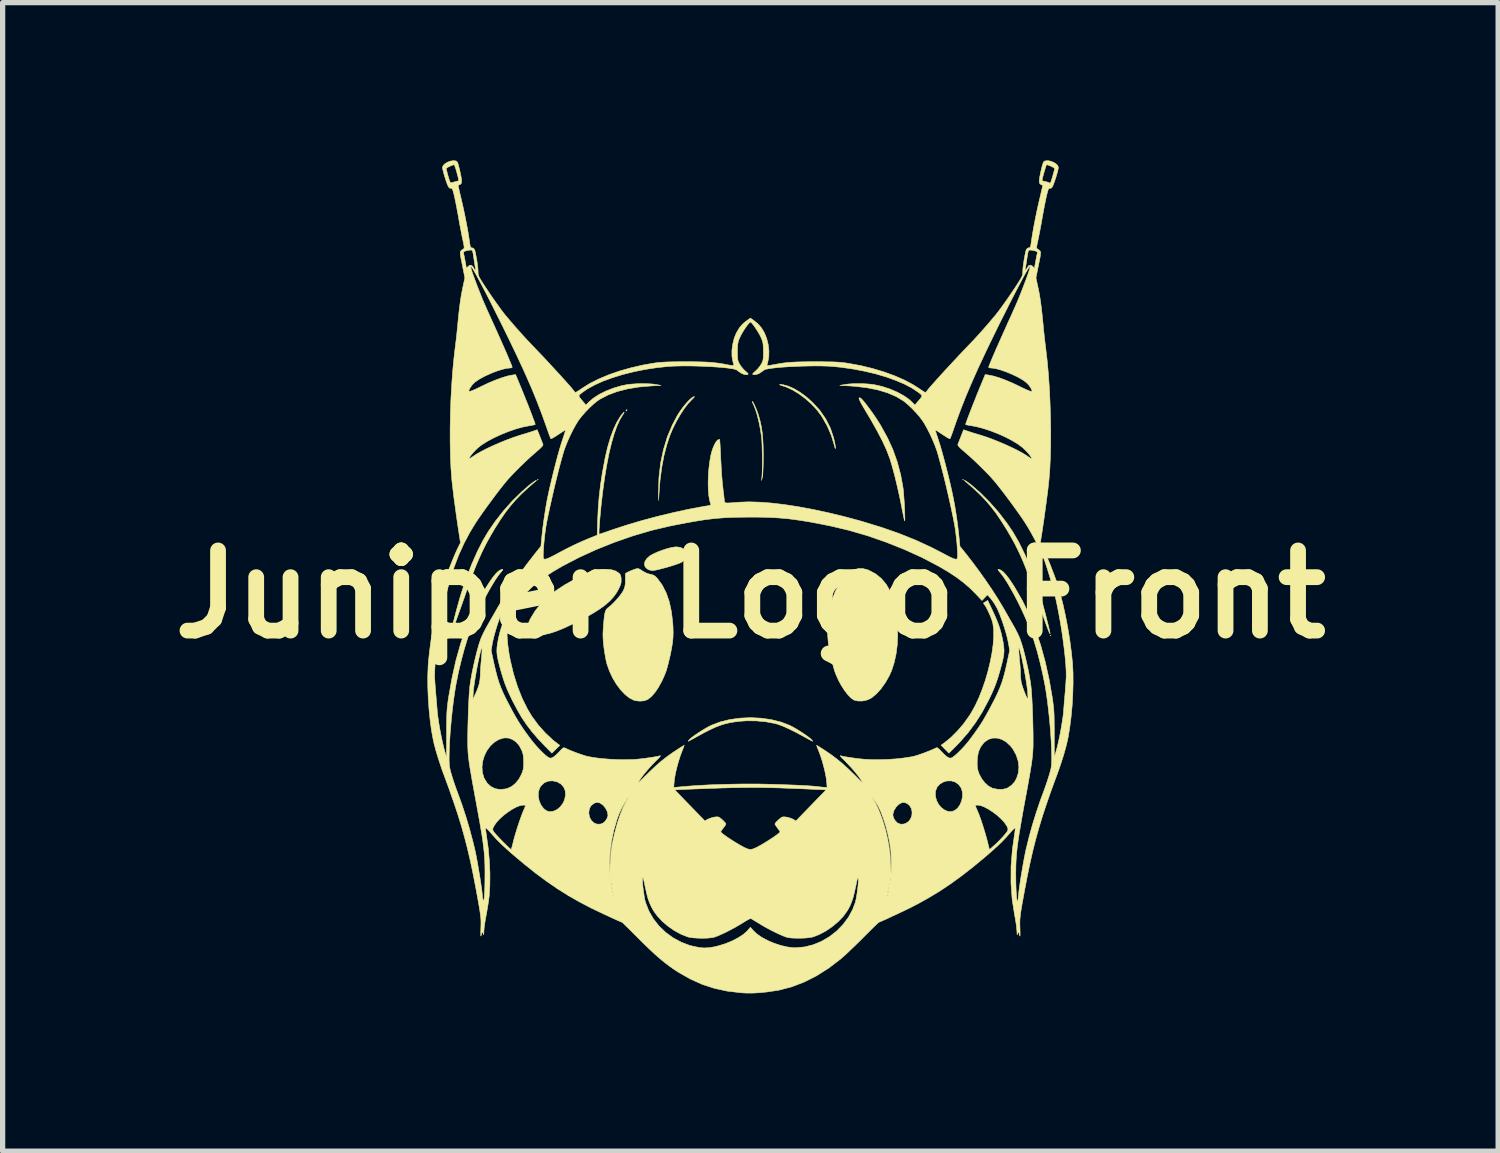
<source format=kicad_pcb>
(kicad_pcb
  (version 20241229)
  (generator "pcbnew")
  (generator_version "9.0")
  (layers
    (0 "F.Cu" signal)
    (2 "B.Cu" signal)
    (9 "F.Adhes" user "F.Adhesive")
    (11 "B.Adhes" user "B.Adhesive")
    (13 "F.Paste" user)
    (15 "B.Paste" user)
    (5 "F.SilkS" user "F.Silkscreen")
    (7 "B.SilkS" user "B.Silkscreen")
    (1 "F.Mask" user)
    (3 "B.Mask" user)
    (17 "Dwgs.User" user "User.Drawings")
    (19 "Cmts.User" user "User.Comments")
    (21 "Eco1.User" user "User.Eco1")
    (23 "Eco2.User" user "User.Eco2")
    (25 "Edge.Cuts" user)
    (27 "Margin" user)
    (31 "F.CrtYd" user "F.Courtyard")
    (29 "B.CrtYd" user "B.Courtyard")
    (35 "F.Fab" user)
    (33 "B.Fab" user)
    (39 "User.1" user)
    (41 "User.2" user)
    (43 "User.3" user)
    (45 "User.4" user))
  (footprint "Juniper Logo Front"
    (layer "F.Cu")
    (at 11.22 8.252)
    (property "Reference" "Juniper Logo Front" (at 0 0 0) (layer "F.SilkS") (effects (font (size 1.524 1.524) (thickness 0.3))))
    (attr through_hole)
    (fp_poly (pts (xy -5.701 0.783) (xy -5.708 0.79) (xy -5.715 0.783) (xy -5.708 0.776) (xy -5.701 0.783)) (stroke (width 0.01) (type solid)) (fill yes) (layer "F.SilkS"))
    (fp_poly (pts (xy -4.036 -2.18) (xy -4.043 -2.173) (xy -4.05 -2.18) (xy -4.043 -2.187) (xy -4.036 -2.18)) (stroke (width 0.01) (type solid)) (fill yes) (layer "F.SilkS"))
    (fp_poly (pts (xy 4.05 -2.18) (xy 4.043 -2.173) (xy 4.036 -2.18) (xy 4.043 -2.187) (xy 4.05 -2.18)) (stroke (width 0.01) (type solid)) (fill yes) (layer "F.SilkS"))
    (fp_poly (pts (xy 5.715 0.783) (xy 5.708 0.79) (xy 5.701 0.783) (xy 5.708 0.776) (xy 5.715 0.783)) (stroke (width 0.01) (type solid)) (fill yes) (layer "F.SilkS"))
    (fp_poly (pts (xy -2.347 -3.505) (xy -2.349 -3.5) (xy -2.363 -3.486) (xy -2.365 -3.485) (xy -2.366 -3.495) (xy -2.364 -3.5) (xy -2.35 -3.513) (xy -2.348 -3.514) (xy -2.347 -3.505)) (stroke (width 0.01) (type solid)) (fill yes) (layer "F.SilkS"))
    (fp_poly (pts (xy -1.07 -3.749) (xy -1.096 -3.72) (xy -1.118 -3.699) (xy -1.188 -3.624) (xy -1.263 -3.527) (xy -1.337 -3.412) (xy -1.409 -3.287) (xy -1.475 -3.154) (xy -1.531 -3.023) (xy -1.592 -2.839) (xy -1.645 -2.633) (xy -1.687 -2.41) (xy -1.718 -2.173) (xy -1.734 -1.976) (xy -1.746 -1.785) (xy -1.748 -1.954) (xy -1.739 -2.227) (xy -1.708 -2.493) (xy -1.654 -2.75) (xy -1.579 -2.996) (xy -1.482 -3.226) (xy -1.39 -3.399) (xy -1.337 -3.482) (xy -1.279 -3.562) (xy -1.22 -3.634) (xy -1.165 -3.693) (xy -1.119 -3.734) (xy -1.116 -3.736) (xy -1.08 -3.758) (xy -1.065 -3.761) (xy -1.07 -3.749)) (stroke (width 0.01) (type solid)) (fill yes) (layer "F.SilkS"))
    (fp_poly (pts (xy -1.333 -0.893) (xy -1.275 -0.866) (xy -1.235 -0.825) (xy -1.215 -0.777) (xy -1.216 -0.724) (xy -1.24 -0.672) (xy -1.287 -0.625) (xy -1.312 -0.609) (xy -1.35 -0.592) (xy -1.408 -0.571) (xy -1.48 -0.547) (xy -1.56 -0.523) (xy -1.642 -0.5) (xy -1.721 -0.479) (xy -1.789 -0.463) (xy -1.84 -0.454) (xy -1.863 -0.452) (xy -1.918 -0.462) (xy -1.963 -0.484) (xy -2.002 -0.524) (xy -2.016 -0.572) (xy -2.006 -0.624) (xy -1.973 -0.677) (xy -1.918 -0.727) (xy -1.908 -0.734) (xy -1.843 -0.77) (xy -1.762 -0.807) (xy -1.672 -0.841) (xy -1.582 -0.87) (xy -1.498 -0.891) (xy -1.428 -0.902) (xy -1.408 -0.903) (xy -1.333 -0.893)) (stroke (width 0.01) (type solid)) (fill yes) (layer "F.SilkS"))
    (fp_poly (pts (xy 0.584 -3.991) (xy 0.617 -3.987) (xy 0.718 -3.96) (xy 0.829 -3.911) (xy 0.946 -3.841) (xy 1.065 -3.753) (xy 1.177 -3.654) (xy 1.317 -3.502) (xy 1.431 -3.338) (xy 1.52 -3.162) (xy 1.583 -2.974) (xy 1.601 -2.895) (xy 1.612 -2.837) (xy 1.617 -2.795) (xy 1.618 -2.773) (xy 1.614 -2.773) (xy 1.605 -2.796) (xy 1.594 -2.839) (xy 1.54 -3.018) (xy 1.463 -3.198) (xy 1.366 -3.369) (xy 1.342 -3.406) (xy 1.256 -3.518) (xy 1.154 -3.626) (xy 1.04 -3.726) (xy 0.92 -3.815) (xy 0.799 -3.888) (xy 0.682 -3.942) (xy 0.631 -3.958) (xy 0.581 -3.974) (xy 0.556 -3.985) (xy 0.557 -3.991) (xy 0.584 -3.991)) (stroke (width 0.01) (type solid)) (fill yes) (layer "F.SilkS"))
    (fp_poly (pts (xy 0.046 -3.657) (xy 0.065 -3.624) (xy 0.087 -3.577) (xy 0.111 -3.522) (xy 0.133 -3.466) (xy 0.151 -3.413) (xy 0.153 -3.407) (xy 0.184 -3.297) (xy 0.207 -3.19) (xy 0.224 -3.08) (xy 0.235 -2.961) (xy 0.242 -2.828) (xy 0.245 -2.674) (xy 0.245 -2.632) (xy 0.244 -2.517) (xy 0.242 -2.416) (xy 0.238 -2.332) (xy 0.234 -2.269) (xy 0.229 -2.231) (xy 0.228 -2.23) (xy 0.212 -2.166) (xy 0.219 -2.239) (xy 0.223 -2.295) (xy 0.225 -2.374) (xy 0.226 -2.467) (xy 0.226 -2.569) (xy 0.225 -2.673) (xy 0.223 -2.774) (xy 0.22 -2.866) (xy 0.216 -2.941) (xy 0.211 -2.992) (xy 0.19 -3.135) (xy 0.163 -3.273) (xy 0.132 -3.4) (xy 0.098 -3.51) (xy 0.063 -3.599) (xy 0.055 -3.616) (xy 0.04 -3.648) (xy 0.034 -3.667) (xy 0.035 -3.669) (xy 0.046 -3.657)) (stroke (width 0.01) (type solid)) (fill yes) (layer "F.SilkS"))
    (fp_poly (pts (xy -2.649 -0.47) (xy -2.562 -0.443) (xy -2.513 -0.412) (xy -2.484 -0.386) (xy -2.468 -0.36) (xy -2.461 -0.325) (xy -2.458 -0.289) (xy -2.458 -0.241) (xy -2.464 -0.201) (xy -2.48 -0.157) (xy -2.503 -0.107) (xy -2.55 -0.025) (xy -2.605 0.051) (xy -2.673 0.125) (xy -2.755 0.198) (xy -2.853 0.27) (xy -2.969 0.345) (xy -3.107 0.424) (xy -3.267 0.508) (xy -3.394 0.571) (xy -3.555 0.646) (xy -3.696 0.703) (xy -3.82 0.743) (xy -3.926 0.766) (xy -4.018 0.774) (xy -4.096 0.765) (xy -4.103 0.763) (xy -4.164 0.736) (xy -4.205 0.689) (xy -4.22 0.654) (xy -4.229 0.608) (xy -4.224 0.561) (xy -4.204 0.505) (xy -4.184 0.464) (xy -4.097 0.32) (xy -3.99 0.184) (xy -3.86 0.057) (xy -3.707 -0.065) (xy -3.529 -0.182) (xy -3.325 -0.295) (xy -3.312 -0.302) (xy -3.152 -0.376) (xy -3.005 -0.43) (xy -2.871 -0.464) (xy -2.752 -0.477) (xy -2.649 -0.47)) (stroke (width 0.01) (type solid)) (fill yes) (layer "F.SilkS"))
    (fp_poly (pts (xy 2.099 -3.728) (xy 2.132 -3.696) (xy 2.174 -3.647) (xy 2.224 -3.583) (xy 2.279 -3.509) (xy 2.337 -3.428) (xy 2.395 -3.342) (xy 2.45 -3.256) (xy 2.482 -3.203) (xy 2.609 -2.972) (xy 2.712 -2.745) (xy 2.794 -2.513) (xy 2.858 -2.271) (xy 2.899 -2.046) (xy 2.906 -1.997) (xy 2.912 -1.931) (xy 2.918 -1.855) (xy 2.924 -1.772) (xy 2.929 -1.688) (xy 2.933 -1.606) (xy 2.935 -1.531) (xy 2.937 -1.469) (xy 2.937 -1.424) (xy 2.934 -1.4) (xy 2.933 -1.397) (xy 2.928 -1.41) (xy 2.92 -1.447) (xy 2.908 -1.502) (xy 2.894 -1.572) (xy 2.879 -1.647) (xy 2.852 -1.785) (xy 2.821 -1.93) (xy 2.787 -2.077) (xy 2.753 -2.22) (xy 2.718 -2.353) (xy 2.685 -2.471) (xy 2.655 -2.57) (xy 2.646 -2.596) (xy 2.588 -2.747) (xy 2.51 -2.916) (xy 2.412 -3.104) (xy 2.295 -3.312) (xy 2.245 -3.396) (xy 2.185 -3.497) (xy 2.138 -3.576) (xy 2.104 -3.637) (xy 2.082 -3.681) (xy 2.069 -3.71) (xy 2.065 -3.729) (xy 2.07 -3.737) (xy 2.079 -3.739) (xy 2.099 -3.728)) (stroke (width 0.01) (type solid)) (fill yes) (layer "F.SilkS"))
    (fp_poly (pts (xy 0.204 2.355) (xy 0.398 2.383) (xy 0.582 2.429) (xy 0.745 2.491) (xy 0.804 2.521) (xy 0.874 2.561) (xy 0.948 2.607) (xy 1.02 2.654) (xy 1.084 2.699) (xy 1.134 2.737) (xy 1.157 2.758) (xy 1.177 2.782) (xy 1.184 2.794) (xy 1.183 2.794) (xy 1.168 2.788) (xy 1.134 2.77) (xy 1.086 2.744) (xy 1.036 2.716) (xy 0.883 2.633) (xy 0.747 2.565) (xy 0.629 2.511) (xy 0.53 2.474) (xy 0.473 2.457) (xy 0.297 2.424) (xy 0.11 2.406) (xy -0.076 2.405) (xy -0.18 2.412) (xy -0.289 2.424) (xy -0.387 2.44) (xy -0.479 2.461) (xy -0.569 2.489) (xy -0.663 2.525) (xy -0.764 2.572) (xy -0.879 2.63) (xy -1.012 2.703) (xy -1.036 2.716) (xy -1.092 2.747) (xy -1.139 2.772) (xy -1.171 2.789) (xy -1.183 2.794) (xy -1.179 2.785) (xy -1.161 2.763) (xy -1.157 2.758) (xy -1.122 2.727) (xy -1.068 2.687) (xy -1.001 2.641) (xy -0.928 2.594) (xy -0.855 2.55) (xy -0.787 2.512) (xy -0.745 2.491) (xy -0.576 2.427) (xy -0.392 2.381) (xy -0.197 2.354) (xy 0.003 2.345) (xy 0.204 2.355)) (stroke (width 0.01) (type solid)) (fill yes) (layer "F.SilkS"))
    (fp_poly (pts (xy 2.145 -0.489) (xy 2.243 -0.462) (xy 2.248 -0.459) (xy 2.378 -0.391) (xy 2.489 -0.302) (xy 2.581 -0.193) (xy 2.639 -0.093) (xy 2.678 0.001) (xy 2.714 0.118) (xy 2.745 0.252) (xy 2.771 0.396) (xy 2.79 0.545) (xy 2.795 0.596) (xy 2.801 0.776) (xy 2.793 0.957) (xy 2.77 1.134) (xy 2.733 1.301) (xy 2.684 1.452) (xy 2.644 1.542) (xy 2.566 1.68) (xy 2.481 1.799) (xy 2.392 1.897) (xy 2.301 1.97) (xy 2.281 1.982) (xy 2.211 2.012) (xy 2.131 2.028) (xy 2.052 2.029) (xy 1.983 2.015) (xy 1.96 2.005) (xy 1.905 1.964) (xy 1.846 1.901) (xy 1.785 1.821) (xy 1.726 1.728) (xy 1.672 1.628) (xy 1.626 1.524) (xy 1.604 1.466) (xy 1.587 1.408) (xy 1.566 1.33) (xy 1.544 1.239) (xy 1.523 1.143) (xy 1.503 1.051) (xy 1.488 0.969) (xy 1.48 0.915) (xy 1.469 0.774) (xy 1.471 0.617) (xy 1.485 0.453) (xy 1.511 0.289) (xy 1.547 0.134) (xy 1.569 0.06) (xy 1.62 -0.071) (xy 1.684 -0.186) (xy 1.766 -0.296) (xy 1.798 -0.334) (xy 1.882 -0.413) (xy 1.967 -0.466) (xy 2.054 -0.491) (xy 2.145 -0.489)) (stroke (width 0.01) (type solid)) (fill yes) (layer "F.SilkS"))
    (fp_poly (pts (xy -4.078 -2.158) (xy -4.092 -2.145) (xy -4.236 -2.02) (xy -4.36 -1.904) (xy -4.469 -1.791) (xy -4.568 -1.676) (xy -4.663 -1.553) (xy -4.757 -1.416) (xy -4.856 -1.26) (xy -4.871 -1.235) (xy -4.952 -1.096) (xy -5.027 -0.96) (xy -5.097 -0.82) (xy -5.164 -0.673) (xy -5.231 -0.515) (xy -5.298 -0.34) (xy -5.37 -0.144) (xy -5.405 -0.042) (xy -5.438 0.053) (xy -5.474 0.155) (xy -5.511 0.259) (xy -5.548 0.361) (xy -5.583 0.459) (xy -5.615 0.549) (xy -5.644 0.628) (xy -5.668 0.691) (xy -5.685 0.736) (xy -5.694 0.759) (xy -5.695 0.761) (xy -5.7 0.755) (xy -5.701 0.747) (xy -5.697 0.725) (xy -5.687 0.68) (xy -5.672 0.616) (xy -5.652 0.539) (xy -5.629 0.451) (xy -5.605 0.359) (xy -5.58 0.265) (xy -5.555 0.174) (xy -5.532 0.091) (xy -5.511 0.02) (xy -5.496 -0.028) (xy -5.402 -0.308) (xy -5.301 -0.569) (xy -5.195 -0.81) (xy -5.084 -1.028) (xy -4.987 -1.192) (xy -4.849 -1.392) (xy -4.694 -1.589) (xy -4.527 -1.777) (xy -4.352 -1.948) (xy -4.202 -2.079) (xy -4.163 -2.109) (xy -4.126 -2.135) (xy -4.095 -2.156) (xy -4.075 -2.168) (xy -4.068 -2.169) (xy -4.078 -2.158)) (stroke (width 0.01) (type solid)) (fill yes) (layer "F.SilkS"))
    (fp_poly (pts (xy 4.082 -2.163) (xy 4.108 -2.148) (xy 4.142 -2.124) (xy 4.18 -2.096) (xy 4.202 -2.079) (xy 4.377 -1.926) (xy 4.551 -1.751) (xy 4.717 -1.562) (xy 4.87 -1.364) (xy 4.987 -1.192) (xy 5.101 -0.997) (xy 5.211 -0.775) (xy 5.317 -0.531) (xy 5.417 -0.266) (xy 5.496 -0.028) (xy 5.516 0.036) (xy 5.538 0.114) (xy 5.563 0.201) (xy 5.588 0.294) (xy 5.613 0.388) (xy 5.636 0.48) (xy 5.658 0.564) (xy 5.676 0.638) (xy 5.689 0.696) (xy 5.697 0.735) (xy 5.698 0.749) (xy 5.692 0.743) (xy 5.678 0.713) (xy 5.659 0.667) (xy 5.636 0.607) (xy 5.632 0.597) (xy 5.611 0.538) (xy 5.582 0.457) (xy 5.548 0.361) (xy 5.511 0.256) (xy 5.472 0.147) (xy 5.44 0.056) (xy 5.371 -0.141) (xy 5.307 -0.315) (xy 5.248 -0.469) (xy 5.193 -0.607) (xy 5.139 -0.732) (xy 5.084 -0.847) (xy 5.029 -0.958) (xy 4.97 -1.066) (xy 4.906 -1.176) (xy 4.871 -1.235) (xy 4.771 -1.394) (xy 4.677 -1.534) (xy 4.582 -1.658) (xy 4.484 -1.774) (xy 4.377 -1.887) (xy 4.255 -2.002) (xy 4.115 -2.125) (xy 4.092 -2.145) (xy 4.071 -2.164) (xy 4.069 -2.17) (xy 4.082 -2.163)) (stroke (width 0.01) (type solid)) (fill yes) (layer "F.SilkS"))
    (fp_poly (pts (xy -4.475 0.138) (xy -4.447 0.155) (xy -4.432 0.165) (xy -4.432 0.165) (xy -4.436 0.177) (xy -4.448 0.194) (xy -4.473 0.229) (xy -4.502 0.283) (xy -4.534 0.349) (xy -4.565 0.418) (xy -4.59 0.483) (xy -4.606 0.537) (xy -4.607 0.54) (xy -4.624 0.656) (xy -4.627 0.795) (xy -4.614 0.959) (xy -4.587 1.146) (xy -4.566 1.256) (xy -4.505 1.512) (xy -4.429 1.754) (xy -4.34 1.979) (xy -4.238 2.184) (xy -4.155 2.321) (xy -4.034 2.486) (xy -3.896 2.64) (xy -3.749 2.777) (xy -3.663 2.843) (xy -3.625 2.872) (xy -3.7 2.946) (xy -3.775 3.02) (xy -3.904 2.889) (xy -4.039 2.747) (xy -4.154 2.613) (xy -4.256 2.48) (xy -4.349 2.342) (xy -4.436 2.191) (xy -4.525 2.022) (xy -4.53 2.011) (xy -4.583 1.901) (xy -4.627 1.803) (xy -4.665 1.707) (xy -4.699 1.608) (xy -4.733 1.497) (xy -4.769 1.367) (xy -4.778 1.333) (xy -4.801 1.238) (xy -4.816 1.159) (xy -4.822 1.088) (xy -4.82 1.017) (xy -4.81 0.938) (xy -4.792 0.842) (xy -4.785 0.811) (xy -4.76 0.706) (xy -4.728 0.604) (xy -4.688 0.497) (xy -4.636 0.378) (xy -4.597 0.294) (xy -4.512 0.115) (xy -4.475 0.138)) (stroke (width 0.01) (type solid)) (fill yes) (layer "F.SilkS"))
    (fp_poly (pts (xy 4.597 0.294) (xy 4.657 0.424) (xy 4.704 0.538) (xy 4.741 0.642) (xy 4.77 0.745) (xy 4.785 0.811) (xy 4.806 0.913) (xy 4.818 0.997) (xy 4.823 1.069) (xy 4.819 1.139) (xy 4.806 1.215) (xy 4.785 1.305) (xy 4.778 1.333) (xy 4.741 1.468) (xy 4.707 1.583) (xy 4.673 1.684) (xy 4.636 1.78) (xy 4.594 1.877) (xy 4.543 1.984) (xy 4.53 2.011) (xy 4.41 2.236) (xy 4.281 2.44) (xy 4.139 2.631) (xy 3.979 2.814) (xy 3.871 2.925) (xy 3.774 3.02) (xy 3.699 2.944) (xy 3.625 2.869) (xy 3.694 2.819) (xy 3.816 2.719) (xy 3.938 2.597) (xy 4.056 2.459) (xy 4.163 2.309) (xy 4.2 2.25) (xy 4.275 2.115) (xy 4.346 1.963) (xy 4.41 1.8) (xy 4.469 1.63) (xy 4.519 1.455) (xy 4.561 1.281) (xy 4.594 1.111) (xy 4.616 0.95) (xy 4.626 0.8) (xy 4.625 0.666) (xy 4.61 0.552) (xy 4.607 0.54) (xy 4.591 0.487) (xy 4.567 0.423) (xy 4.537 0.354) (xy 4.505 0.288) (xy 4.475 0.232) (xy 4.45 0.196) (xy 4.448 0.194) (xy 4.434 0.173) (xy 4.432 0.165) (xy 4.447 0.155) (xy 4.475 0.138) (xy 4.475 0.138) (xy 4.512 0.115) (xy 4.597 0.294)) (stroke (width 0.01) (type solid)) (fill yes) (layer "F.SilkS"))
    (fp_poly (pts (xy -2.106 -0.479) (xy -2.069 -0.455) (xy -2.057 -0.447) (xy -1.977 -0.403) (xy -1.905 -0.381) (xy -1.857 -0.37) (xy -1.822 -0.352) (xy -1.788 -0.322) (xy -1.768 -0.3) (xy -1.677 -0.176) (xy -1.602 -0.029) (xy -1.543 0.14) (xy -1.502 0.331) (xy -1.477 0.543) (xy -1.472 0.621) (xy -1.469 0.726) (xy -1.472 0.824) (xy -1.482 0.922) (xy -1.499 1.028) (xy -1.523 1.15) (xy -1.539 1.217) (xy -1.562 1.315) (xy -1.583 1.393) (xy -1.602 1.457) (xy -1.624 1.515) (xy -1.649 1.575) (xy -1.681 1.642) (xy -1.697 1.674) (xy -1.754 1.777) (xy -1.816 1.867) (xy -1.88 1.94) (xy -1.941 1.991) (xy -1.963 2.004) (xy -2.026 2.025) (xy -2.103 2.031) (xy -2.18 2.023) (xy -2.217 2.013) (xy -2.301 1.97) (xy -2.386 1.903) (xy -2.469 1.815) (xy -2.547 1.711) (xy -2.618 1.593) (xy -2.678 1.467) (xy -2.725 1.335) (xy -2.729 1.323) (xy -2.743 1.265) (xy -2.758 1.187) (xy -2.773 1.101) (xy -2.785 1.014) (xy -2.787 0.999) (xy -2.797 0.905) (xy -2.802 0.83) (xy -2.804 0.761) (xy -2.801 0.689) (xy -2.795 0.602) (xy -2.795 0.596) (xy -2.786 0.496) (xy -2.778 0.42) (xy -2.769 0.364) (xy -2.758 0.323) (xy -2.744 0.294) (xy -2.727 0.272) (xy -2.707 0.255) (xy -2.65 0.208) (xy -2.589 0.148) (xy -2.528 0.082) (xy -2.474 0.016) (xy -2.433 -0.042) (xy -2.42 -0.065) (xy -2.399 -0.111) (xy -2.387 -0.152) (xy -2.38 -0.199) (xy -2.378 -0.261) (xy -2.378 -0.273) (xy -2.376 -0.399) (xy -2.314 -0.431) (xy -2.261 -0.454) (xy -2.207 -0.475) (xy -2.191 -0.48) (xy -2.158 -0.489) (xy -2.133 -0.489) (xy -2.106 -0.479)) (stroke (width 0.01) (type solid)) (fill yes) (layer "F.SilkS"))
    (fp_poly (pts (xy -5.61 -8.243) (xy -5.592 -8.237) (xy -5.579 -8.227) (xy -5.567 -8.207) (xy -5.556 -8.174) (xy -5.542 -8.121) (xy -5.528 -8.064) (xy -5.507 -7.968) (xy -5.495 -7.896) (xy -5.493 -7.845) (xy -5.5 -7.812) (xy -5.517 -7.795) (xy -5.529 -7.792) (xy -5.554 -7.782) (xy -5.556 -7.759) (xy -5.556 -7.756) (xy -5.55 -7.733) (xy -5.539 -7.687) (xy -5.525 -7.625) (xy -5.507 -7.55) (xy -5.492 -7.486) (xy -5.459 -7.342) (xy -5.427 -7.19) (xy -5.397 -7.039) (xy -5.371 -6.895) (xy -5.351 -6.769) (xy -5.345 -6.731) (xy -5.336 -6.667) (xy -5.329 -6.626) (xy -5.322 -6.603) (xy -5.313 -6.593) (xy -5.3 -6.59) (xy -5.293 -6.59) (xy -5.264 -6.578) (xy -5.249 -6.561) (xy -5.238 -6.531) (xy -5.226 -6.48) (xy -5.214 -6.414) (xy -5.201 -6.342) (xy -5.191 -6.268) (xy -5.183 -6.202) (xy -5.179 -6.148) (xy -5.179 -6.137) (xy -5.178 -6.104) (xy -5.173 -6.075) (xy -5.163 -6.045) (xy -5.144 -6.008) (xy -5.114 -5.958) (xy -5.074 -5.895) (xy -5.012 -5.801) (xy -4.945 -5.701) (xy -4.875 -5.6) (xy -4.807 -5.505) (xy -4.745 -5.418) (xy -4.691 -5.347) (xy -4.658 -5.306) (xy -4.525 -5.149) (xy -4.4 -5.006) (xy -4.273 -4.866) (xy -4.136 -4.721) (xy -4.108 -4.692) (xy -4.032 -4.612) (xy -3.949 -4.526) (xy -3.864 -4.434) (xy -3.778 -4.341) (xy -3.694 -4.25) (xy -3.613 -4.162) (xy -3.54 -4.081) (xy -3.476 -4.01) (xy -3.424 -3.951) (xy -3.387 -3.907) (xy -3.367 -3.881) (xy -3.345 -3.853) (xy -3.328 -3.839) (xy -3.326 -3.838) (xy -3.311 -3.846) (xy -3.278 -3.866) (xy -3.233 -3.896) (xy -3.204 -3.916) (xy -3.057 -4.008) (xy -2.885 -4.095) (xy -2.694 -4.175) (xy -2.487 -4.247) (xy -2.267 -4.309) (xy -2.041 -4.361) (xy -1.87 -4.391) (xy -1.807 -4.401) (xy -1.748 -4.408) (xy -1.688 -4.413) (xy -1.622 -4.417) (xy -1.546 -4.42) (xy -1.454 -4.422) (xy -1.342 -4.423) (xy -1.242 -4.423) (xy -1.094 -4.423) (xy -0.97 -4.421) (xy -0.863 -4.418) (xy -0.77 -4.413) (xy -0.686 -4.405) (xy -0.604 -4.395) (xy -0.521 -4.382) (xy -0.433 -4.365) (xy -0.381 -4.356) (xy -0.34 -4.35) (xy -0.319 -4.349) (xy -0.317 -4.349) (xy -0.317 -4.365) (xy -0.325 -4.398) (xy -0.332 -4.423) (xy -0.351 -4.523) (xy -0.352 -4.637) (xy -0.337 -4.755) (xy -0.308 -4.872) (xy -0.266 -4.973) (xy -0.209 -5.069) (xy -0.142 -5.146) (xy -0.068 -5.205) (xy 0 -5.253) (xy 0.068 -5.205) (xy 0.15 -5.138) (xy 0.216 -5.059) (xy 0.266 -4.973) (xy 0.309 -4.867) (xy 0.338 -4.751) (xy 0.352 -4.632) (xy 0.35 -4.519) (xy 0.332 -4.423) (xy 0.321 -4.383) (xy 0.316 -4.356) (xy 0.317 -4.349) (xy 0.332 -4.349) (xy 0.368 -4.354) (xy 0.418 -4.363) (xy 0.433 -4.365) (xy 0.522 -4.382) (xy 0.605 -4.395) (xy 0.687 -4.406) (xy 0.771 -4.413) (xy 0.864 -4.418) (xy 0.971 -4.421) (xy 1.095 -4.423) (xy 1.242 -4.423) (xy 1.372 -4.423) (xy 1.478 -4.421) (xy 1.566 -4.42) (xy 1.639 -4.417) (xy 1.703 -4.412) (xy 1.763 -4.406) (xy 1.822 -4.399) (xy 1.87 -4.391) (xy 2.1 -4.349) (xy 2.325 -4.294) (xy 2.541 -4.229) (xy 2.745 -4.155) (xy 2.932 -4.073) (xy 3.097 -3.984) (xy 3.204 -3.916) (xy 3.253 -3.882) (xy 3.294 -3.856) (xy 3.32 -3.841) (xy 3.326 -3.838) (xy 3.341 -3.849) (xy 3.363 -3.875) (xy 3.367 -3.881) (xy 3.389 -3.909) (xy 3.427 -3.954) (xy 3.48 -4.013) (xy 3.544 -4.085) (xy 3.618 -4.167) (xy 3.698 -4.255) (xy 3.783 -4.346) (xy 3.869 -4.439) (xy 3.954 -4.53) (xy 4.036 -4.617) (xy 4.108 -4.692) (xy 4.248 -4.839) (xy 4.376 -4.979) (xy 4.501 -5.121) (xy 4.631 -5.274) (xy 4.658 -5.306) (xy 4.703 -5.363) (xy 4.759 -5.438) (xy 4.823 -5.527) (xy 4.892 -5.624) (xy 4.961 -5.725) (xy 5.028 -5.824) (xy 5.074 -5.895) (xy 5.116 -5.962) (xy 5.145 -6.011) (xy 5.164 -6.047) (xy 5.174 -6.077) (xy 5.178 -6.106) (xy 5.179 -6.137) (xy 5.18 -6.167) (xy 5.222 -6.167) (xy 5.232 -6.167) (xy 5.247 -6.181) (xy 5.262 -6.205) (xy 5.263 -6.208) (xy 5.289 -6.248) (xy 5.321 -6.261) (xy 5.355 -6.248) (xy 5.37 -6.234) (xy 5.4 -6.198) (xy 5.423 -6.327) (xy 5.435 -6.388) (xy 5.445 -6.441) (xy 5.453 -6.477) (xy 5.455 -6.487) (xy 5.457 -6.508) (xy 5.442 -6.521) (xy 5.409 -6.532) (xy 5.364 -6.542) (xy 5.324 -6.547) (xy 5.319 -6.547) (xy 5.304 -6.546) (xy 5.292 -6.54) (xy 5.284 -6.525) (xy 5.276 -6.494) (xy 5.268 -6.446) (xy 5.257 -6.375) (xy 5.247 -6.307) (xy 5.237 -6.248) (xy 5.23 -6.206) (xy 5.225 -6.185) (xy 5.225 -6.184) (xy 5.222 -6.167) (xy 5.18 -6.167) (xy 5.181 -6.186) (xy 5.188 -6.249) (xy 5.198 -6.321) (xy 5.21 -6.395) (xy 5.223 -6.463) (xy 5.235 -6.519) (xy 5.246 -6.555) (xy 5.249 -6.561) (xy 5.272 -6.584) (xy 5.293 -6.59) (xy 5.308 -6.591) (xy 5.318 -6.597) (xy 5.326 -6.614) (xy 5.333 -6.647) (xy 5.341 -6.7) (xy 5.345 -6.731) (xy 5.364 -6.851) (xy 5.388 -6.989) (xy 5.417 -7.139) (xy 5.448 -7.291) (xy 5.481 -7.439) (xy 5.492 -7.486) (xy 5.511 -7.566) (xy 5.528 -7.639) (xy 5.542 -7.699) (xy 5.552 -7.74) (xy 5.556 -7.756) (xy 5.555 -7.781) (xy 5.533 -7.791) (xy 5.529 -7.792) (xy 5.508 -7.802) (xy 5.496 -7.826) (xy 5.493 -7.866) (xy 5.493 -7.868) (xy 5.546 -7.868) (xy 5.558 -7.861) (xy 5.589 -7.854) (xy 5.599 -7.852) (xy 5.639 -7.842) (xy 5.67 -7.832) (xy 5.673 -7.83) (xy 5.695 -7.82) (xy 5.702 -7.818) (xy 5.709 -7.83) (xy 5.721 -7.864) (xy 5.737 -7.914) (xy 5.748 -7.952) (xy 5.764 -8.01) (xy 5.777 -8.058) (xy 5.784 -8.09) (xy 5.786 -8.098) (xy 5.774 -8.109) (xy 5.745 -8.126) (xy 5.707 -8.145) (xy 5.669 -8.16) (xy 5.64 -8.17) (xy 5.633 -8.17) (xy 5.626 -8.158) (xy 5.614 -8.124) (xy 5.599 -8.077) (xy 5.583 -8.023) (xy 5.567 -7.967) (xy 5.555 -7.918) (xy 5.547 -7.882) (xy 5.546 -7.868) (xy 5.493 -7.868) (xy 5.5 -7.927) (xy 5.516 -8.01) (xy 5.528 -8.064) (xy 5.545 -8.134) (xy 5.559 -8.182) (xy 5.57 -8.213) (xy 5.581 -8.23) (xy 5.596 -8.239) (xy 5.61 -8.243) (xy 5.66 -8.247) (xy 5.715 -8.235) (xy 5.77 -8.213) (xy 5.816 -8.183) (xy 5.847 -8.148) (xy 5.856 -8.119) (xy 5.852 -8.087) (xy 5.84 -8.035) (xy 5.822 -7.972) (xy 5.801 -7.905) (xy 5.779 -7.84) (xy 5.759 -7.786) (xy 5.756 -7.779) (xy 5.737 -7.741) (xy 5.718 -7.724) (xy 5.699 -7.722) (xy 5.684 -7.722) (xy 5.672 -7.712) (xy 5.661 -7.69) (xy 5.649 -7.648) (xy 5.634 -7.592) (xy 5.621 -7.534) (xy 5.605 -7.456) (xy 5.587 -7.365) (xy 5.569 -7.267) (xy 5.552 -7.176) (xy 5.535 -7.077) (xy 5.516 -6.975) (xy 5.498 -6.879) (xy 5.481 -6.796) (xy 5.469 -6.738) (xy 5.454 -6.67) (xy 5.446 -6.624) (xy 5.443 -6.596) (xy 5.447 -6.579) (xy 5.455 -6.57) (xy 5.456 -6.569) (xy 5.483 -6.552) (xy 5.501 -6.537) (xy 5.513 -6.521) (xy 5.518 -6.497) (xy 5.516 -6.463) (xy 5.509 -6.413) (xy 5.495 -6.343) (xy 5.479 -6.265) (xy 5.43 -6.018) (xy 5.474 -5.814) (xy 5.49 -5.735) (xy 5.504 -5.655) (xy 5.517 -5.568) (xy 5.53 -5.47) (xy 5.543 -5.358) (xy 5.557 -5.226) (xy 5.572 -5.072) (xy 5.574 -5.045) (xy 5.582 -4.971) (xy 5.592 -4.879) (xy 5.603 -4.782) (xy 5.615 -4.69) (xy 5.616 -4.678) (xy 5.643 -4.445) (xy 5.666 -4.194) (xy 5.684 -3.931) (xy 5.697 -3.66) (xy 5.706 -3.387) (xy 5.711 -3.116) (xy 5.71 -2.854) (xy 5.704 -2.605) (xy 5.693 -2.374) (xy 5.679 -2.194) (xy 5.67 -2.108) (xy 5.658 -1.998) (xy 5.642 -1.871) (xy 5.623 -1.73) (xy 5.603 -1.581) (xy 5.582 -1.429) (xy 5.56 -1.279) (xy 5.538 -1.135) (xy 5.53 -1.087) (xy 5.514 -0.981) (xy 5.565 -0.879) (xy 5.591 -0.824) (xy 5.623 -0.749) (xy 5.661 -0.66) (xy 5.701 -0.562) (xy 5.74 -0.461) (xy 5.777 -0.365) (xy 5.809 -0.278) (xy 5.834 -0.207) (xy 5.835 -0.205) (xy 5.89 -0.019) (xy 5.943 0.188) (xy 5.992 0.411) (xy 6.036 0.642) (xy 6.074 0.875) (xy 6.104 1.104) (xy 6.126 1.319) (xy 6.135 1.497) (xy 6.136 1.695) (xy 6.13 1.904) (xy 6.118 2.118) (xy 6.098 2.329) (xy 6.073 2.529) (xy 6.043 2.711) (xy 6.033 2.762) (xy 6 2.899) (xy 5.958 3.049) (xy 5.905 3.216) (xy 5.84 3.403) (xy 5.797 3.518) (xy 5.706 3.768) (xy 5.625 4.002) (xy 5.551 4.226) (xy 5.485 4.445) (xy 5.424 4.663) (xy 5.368 4.886) (xy 5.315 5.119) (xy 5.264 5.365) (xy 5.213 5.632) (xy 5.171 5.863) (xy 5.153 5.966) (xy 5.14 6.048) (xy 5.132 6.114) (xy 5.126 6.172) (xy 5.124 6.227) (xy 5.124 6.285) (xy 5.126 6.35) (xy 5.128 6.425) (xy 5.128 6.473) (xy 5.127 6.497) (xy 5.123 6.498) (xy 5.118 6.481) (xy 5.105 6.438) (xy 5.093 6.423) (xy 5.083 6.434) (xy 5.076 6.466) (xy 5.073 6.476) (xy 5.07 6.461) (xy 5.069 6.424) (xy 5.068 6.41) (xy 5.064 6.358) (xy 5.056 6.287) (xy 5.043 6.206) (xy 5.029 6.121) (xy 5.024 6.1) (xy 4.977 5.799) (xy 4.955 5.491) (xy 4.956 5.175) (xy 4.982 4.847) (xy 5.018 4.597) (xy 5.027 4.537) (xy 5.033 4.486) (xy 5.035 4.452) (xy 5.035 4.443) (xy 5.024 4.446) (xy 5 4.468) (xy 4.965 4.504) (xy 4.929 4.545) (xy 4.863 4.62) (xy 4.791 4.696) (xy 4.709 4.776) (xy 4.613 4.863) (xy 4.5 4.962) (xy 4.451 5.004) (xy 4.226 5.19) (xy 4.013 5.356) (xy 3.807 5.505) (xy 3.604 5.641) (xy 3.399 5.765) (xy 3.188 5.883) (xy 3.041 5.959) (xy 2.981 5.988) (xy 2.91 6.022) (xy 2.832 6.059) (xy 2.751 6.097) (xy 2.671 6.134) (xy 2.597 6.169) (xy 2.532 6.198) (xy 2.481 6.22) (xy 2.449 6.234) (xy 2.439 6.237) (xy 2.428 6.247) (xy 2.399 6.274) (xy 2.356 6.316) (xy 2.3 6.371) (xy 2.235 6.436) (xy 2.163 6.508) (xy 2.144 6.527) (xy 2.062 6.609) (xy 1.978 6.691) (xy 1.897 6.768) (xy 1.824 6.838) (xy 1.761 6.894) (xy 1.717 6.933) (xy 1.488 7.108) (xy 1.256 7.255) (xy 1.02 7.374) (xy 0.78 7.465) (xy 0.537 7.528) (xy 0.31 7.562) (xy 0.187 7.574) (xy 0.085 7.581) (xy -0.004 7.583) (xy -0.088 7.582) (xy -0.174 7.577) (xy -0.183 7.576) (xy -0.443 7.545) (xy -0.686 7.492) (xy -0.919 7.416) (xy -1.143 7.315) (xy -1.365 7.189) (xy -1.435 7.144) (xy -1.528 7.079) (xy -1.619 7.011) (xy -1.712 6.935) (xy -1.81 6.85) (xy -1.916 6.751) (xy -2.035 6.636) (xy -2.144 6.527) (xy -2.218 6.453) (xy -2.285 6.386) (xy -2.343 6.329) (xy -2.39 6.283) (xy -2.422 6.252) (xy -2.438 6.238) (xy -2.439 6.237) (xy -2.455 6.231) (xy -2.493 6.215) (xy -2.547 6.191) (xy -2.615 6.16) (xy -2.691 6.125) (xy -2.771 6.088) (xy -2.852 6.05) (xy -2.929 6.013) (xy -2.997 5.98) (xy -3.041 5.959) (xy -3.258 5.845) (xy -3.467 5.726) (xy -3.472 5.722) (xy -2.611 5.722) (xy -2.603 5.729) (xy -2.596 5.722) (xy -2.603 5.715) (xy -2.611 5.722) (xy -3.472 5.722) (xy -3.573 5.659) (xy -2.625 5.659) (xy -2.62 5.67) (xy -2.615 5.668) (xy -2.614 5.651) (xy -2.615 5.649) (xy -2.624 5.651) (xy -2.625 5.659) (xy -3.573 5.659) (xy -3.67 5.598) (xy -3.684 5.588) (xy -2.639 5.588) (xy -2.634 5.6) (xy -2.629 5.597) (xy -2.628 5.581) (xy -2.629 5.579) (xy -2.638 5.581) (xy -2.639 5.588) (xy -3.684 5.588) (xy -3.799 5.509) (xy -2.652 5.509) (xy -2.649 5.528) (xy -2.644 5.528) (xy -2.641 5.509) (xy -2.643 5.501) (xy -2.65 5.495) (xy -2.652 5.509) (xy -3.799 5.509) (xy -3.874 5.458) (xy -3.936 5.412) (xy -2.664 5.412) (xy -2.663 5.436) (xy -2.658 5.438) (xy -2.658 5.437) (xy -2.657 5.426) (xy -2.053 5.426) (xy -2.051 5.479) (xy -2.046 5.546) (xy -2.037 5.621) (xy -2.026 5.697) (xy -2.015 5.769) (xy -2.003 5.828) (xy -1.995 5.857) (xy -1.933 6.018) (xy -1.847 6.168) (xy -1.739 6.306) (xy -1.612 6.428) (xy -1.469 6.532) (xy -1.313 6.616) (xy -1.147 6.679) (xy -0.972 6.716) (xy -0.971 6.717) (xy -0.881 6.724) (xy -0.791 6.72) (xy -0.691 6.704) (xy -0.597 6.681) (xy -0.47 6.641) (xy -0.348 6.591) (xy -0.236 6.533) (xy -0.14 6.471) (xy -0.066 6.407) (xy -0.05 6.389) (xy 0 6.331) (xy 0.05 6.389) (xy 0.123 6.458) (xy 0.218 6.524) (xy 0.33 6.584) (xy 0.452 6.635) (xy 0.579 6.677) (xy 0.705 6.706) (xy 0.825 6.72) (xy 0.868 6.72) (xy 1.035 6.704) (xy 1.199 6.662) (xy 1.357 6.596) (xy 1.505 6.509) (xy 1.641 6.402) (xy 1.761 6.279) (xy 1.864 6.141) (xy 1.945 5.991) (xy 1.995 5.857) (xy 2.007 5.807) (xy 2.019 5.743) (xy 2.022 5.722) (xy 2.596 5.722) (xy 2.603 5.729) (xy 2.611 5.722) (xy 2.603 5.715) (xy 2.596 5.722) (xy 2.022 5.722) (xy 2.031 5.668) (xy 2.032 5.659) (xy 2.611 5.659) (xy 2.616 5.67) (xy 2.62 5.668) (xy 2.622 5.651) (xy 2.62 5.649) (xy 2.612 5.651) (xy 2.611 5.659) (xy 2.032 5.659) (xy 2.04 5.592) (xy 2.041 5.588) (xy 2.625 5.588) (xy 2.63 5.6) (xy 2.634 5.597) (xy 2.636 5.581) (xy 2.634 5.579) (xy 2.626 5.581) (xy 2.625 5.588) (xy 2.041 5.588) (xy 2.048 5.519) (xy 2.049 5.509) (xy 2.64 5.509) (xy 2.642 5.528) (xy 2.647 5.528) (xy 2.651 5.509) (xy 2.648 5.501) (xy 2.642 5.495) (xy 2.64 5.509) (xy 2.049 5.509) (xy 2.053 5.457) (xy 2.053 5.412) (xy 2.656 5.412) (xy 2.657 5.436) (xy 2.662 5.438) (xy 2.662 5.437) (xy 2.665 5.409) (xy 2.663 5.394) (xy 2.658 5.388) (xy 2.656 5.407) (xy 2.656 5.412) (xy 2.053 5.412) (xy 2.053 5.412) (xy 2.051 5.395) (xy 2.046 5.387) (xy 2.039 5.4) (xy 2.028 5.435) (xy 2.015 5.494) (xy 2.003 5.553) (xy 1.977 5.671) (xy 1.952 5.768) (xy 1.925 5.849) (xy 1.894 5.923) (xy 1.856 5.994) (xy 1.843 6.016) (xy 1.768 6.121) (xy 1.67 6.223) (xy 1.556 6.319) (xy 1.433 6.403) (xy 1.306 6.47) (xy 1.192 6.514) (xy 1.133 6.526) (xy 1.055 6.535) (xy 0.967 6.539) (xy 0.876 6.539) (xy 0.792 6.536) (xy 0.723 6.528) (xy 0.691 6.521) (xy 0.633 6.5) (xy 0.556 6.467) (xy 0.469 6.426) (xy 0.376 6.379) (xy 0.286 6.33) (xy 0.212 6.287) (xy 0.153 6.251) (xy 0.099 6.219) (xy 0.058 6.194) (xy 0.039 6.182) (xy 0.025 6.174) (xy 0.013 6.168) (xy 0.001 6.167) (xy -0.017 6.172) (xy -0.043 6.186) (xy -0.083 6.208) (xy -0.139 6.243) (xy -0.212 6.287) (xy -0.295 6.335) (xy -0.386 6.384) (xy -0.478 6.431) (xy -0.565 6.471) (xy -0.64 6.503) (xy -0.691 6.521) (xy -0.748 6.531) (xy -0.824 6.538) (xy -0.912 6.54) (xy -1.002 6.538) (xy -1.087 6.532) (xy -1.159 6.522) (xy -1.192 6.514) (xy -1.317 6.465) (xy -1.444 6.396) (xy -1.567 6.311) (xy -1.679 6.215) (xy -1.775 6.111) (xy -1.843 6.016) (xy -1.883 5.943) (xy -1.916 5.871) (xy -1.945 5.793) (xy -1.97 5.701) (xy -1.995 5.59) (xy -2.003 5.553) (xy -2.019 5.475) (xy -2.032 5.422) (xy -2.041 5.394) (xy -2.048 5.387) (xy -2.051 5.395) (xy -2.053 5.426) (xy -2.657 5.426) (xy -2.655 5.409) (xy -2.657 5.394) (xy -2.662 5.388) (xy -2.664 5.407) (xy -2.664 5.412) (xy -3.936 5.412) (xy -4.082 5.304) (xy -4.292 5.136) (xy -2.679 5.136) (xy -2.677 5.327) (xy -2.666 5.101) (xy -2.659 4.988) (xy -2.648 4.877) (xy -2.634 4.778) (xy -2.625 4.727) (xy -2.58 4.528) (xy -2.53 4.347) (xy -2.476 4.186) (xy -2.42 4.048) (xy -2.361 3.935) (xy -2.342 3.905) (xy -2.312 3.859) (xy -2.348 3.902) (xy -2.382 3.949) (xy -2.421 4.015) (xy -2.461 4.094) (xy -2.498 4.177) (xy -2.529 4.258) (xy -2.531 4.264) (xy -2.597 4.487) (xy -2.644 4.715) (xy -2.672 4.941) (xy -2.679 5.136) (xy -4.292 5.136) (xy -4.298 5.131) (xy -4.451 5.004) (xy -4.572 4.9) (xy -4.674 4.808) (xy -4.761 4.726) (xy -4.837 4.649) (xy -4.904 4.574) (xy -4.929 4.545) (xy -4.97 4.499) (xy -5.003 4.464) (xy -5.007 4.461) (xy -4.9 4.461) (xy -4.898 4.482) (xy -4.887 4.506) (xy -4.872 4.527) (xy -4.842 4.562) (xy -4.801 4.607) (xy -4.754 4.656) (xy -4.704 4.708) (xy -4.655 4.756) (xy -4.612 4.799) (xy -4.577 4.831) (xy -4.555 4.848) (xy -4.549 4.85) (xy -4.543 4.835) (xy -4.533 4.798) (xy -4.519 4.745) (xy -4.508 4.699) (xy -4.487 4.619) (xy -4.459 4.525) (xy -4.428 4.424) (xy -4.394 4.323) (xy -4.361 4.229) (xy -4.331 4.15) (xy -4.331 4.15) (xy -3.073 4.15) (xy -3.072 4.171) (xy -3.056 4.244) (xy -3.022 4.304) (xy -2.974 4.347) (xy -2.917 4.37) (xy -2.855 4.37) (xy -2.809 4.354) (xy -2.767 4.321) (xy -2.733 4.273) (xy -2.712 4.222) (xy -2.709 4.199) (xy -2.721 4.133) (xy -2.754 4.067) (xy -2.801 4.01) (xy -2.856 3.971) (xy -2.874 3.964) (xy -2.912 3.956) (xy -2.947 3.963) (xy -2.974 3.975) (xy -3.029 4.016) (xy -3.062 4.075) (xy -3.073 4.15) (xy -4.331 4.15) (xy -4.309 4.097) (xy -4.291 4.056) (xy -4.279 4.026) (xy -4.276 4.016) (xy -4.288 4.01) (xy -4.318 4.008) (xy -4.324 4.008) (xy -4.382 4.018) (xy -4.454 4.046) (xy -4.534 4.089) (xy -4.616 4.144) (xy -4.696 4.205) (xy -4.769 4.271) (xy -4.829 4.337) (xy -4.868 4.393) (xy -4.891 4.434) (xy -4.9 4.461) (xy -5.007 4.461) (xy -5.026 4.445) (xy -5.035 4.443) (xy -5.035 4.463) (xy -5.031 4.504) (xy -5.023 4.56) (xy -5.018 4.597) (xy -4.985 4.833) (xy -4.964 5.073) (xy -4.953 5.311) (xy -4.955 5.538) (xy -4.968 5.737) (xy -4.977 5.811) (xy -4.99 5.901) (xy -5.006 5.997) (xy -5.022 6.089) (xy -5.024 6.1) (xy -5.04 6.183) (xy -5.053 6.266) (xy -5.063 6.341) (xy -5.068 6.399) (xy -5.068 6.41) (xy -5.07 6.452) (xy -5.072 6.474) (xy -5.075 6.472) (xy -5.076 6.466) (xy -5.084 6.431) (xy -5.095 6.423) (xy -5.107 6.443) (xy -5.118 6.481) (xy -5.123 6.498) (xy -5.127 6.496) (xy -5.128 6.47) (xy -5.128 6.419) (xy -5.126 6.35) (xy -5.124 6.282) (xy -5.124 6.224) (xy -5.126 6.169) (xy -5.132 6.112) (xy -5.141 6.045) (xy -5.154 5.962) (xy -5.171 5.863) (xy -5.223 5.578) (xy -5.274 5.316) (xy -5.325 5.072) (xy -5.379 4.842) (xy -5.436 4.62) (xy -5.497 4.402) (xy -5.565 4.183) (xy -5.64 3.957) (xy -5.723 3.72) (xy -5.797 3.518) (xy -5.87 3.319) (xy -5.929 3.141) (xy -5.978 2.982) (xy -6.016 2.838) (xy -6.033 2.762) (xy -6.065 2.587) (xy -6.091 2.391) (xy -6.112 2.183) (xy -6.127 1.969) (xy -6.135 1.757) (xy -6.136 1.566) (xy -6.005 1.566) (xy -6.003 1.609) (xy -5.999 1.673) (xy -5.994 1.748) (xy -5.987 1.829) (xy -5.986 1.849) (xy -5.978 1.942) (xy -5.969 2.046) (xy -5.961 2.146) (xy -5.954 2.23) (xy -5.944 2.322) (xy -5.928 2.434) (xy -5.907 2.558) (xy -5.883 2.684) (xy -5.857 2.807) (xy -5.831 2.917) (xy -5.81 2.993) (xy -5.779 3.101) (xy -5.778 2.655) (xy -5.778 2.527) (xy -5.777 2.422) (xy -5.775 2.336) (xy -5.773 2.264) (xy -5.769 2.201) (xy -5.764 2.141) (xy -5.757 2.081) (xy -5.748 2.015) (xy -5.739 1.954) (xy -5.675 1.593) (xy -5.6 1.256) (xy -5.511 0.939) (xy -5.408 0.641) (xy -5.291 0.36) (xy -5.157 0.093) (xy -5.023 -0.138) (xy -4.951 -0.249) (xy -4.889 -0.335) (xy -4.836 -0.399) (xy -4.79 -0.442) (xy -4.764 -0.459) (xy -4.725 -0.476) (xy -4.708 -0.476) (xy -4.713 -0.458) (xy -4.74 -0.425) (xy -4.79 -0.364) (xy -4.848 -0.28) (xy -4.911 -0.177) (xy -4.979 -0.06) (xy -5.048 0.069) (xy -5.116 0.205) (xy -5.182 0.344) (xy -5.244 0.482) (xy -5.299 0.617) (xy -5.323 0.677) (xy -5.384 0.855) (xy -5.444 1.052) (xy -5.5 1.264) (xy -5.552 1.48) (xy -5.595 1.696) (xy -5.603 1.734) (xy -5.628 1.892) (xy -5.652 2.067) (xy -5.674 2.254) (xy -5.693 2.445) (xy -5.709 2.634) (xy -5.721 2.814) (xy -5.727 2.979) (xy -5.729 3.089) (xy -5.729 3.169) (xy -5.726 3.231) (xy -5.72 3.283) (xy -5.71 3.335) (xy -5.694 3.396) (xy -5.678 3.449) (xy -5.651 3.536) (xy -5.618 3.634) (xy -5.584 3.729) (xy -5.564 3.782) (xy -5.487 3.994) (xy -5.411 4.225) (xy -5.34 4.465) (xy -5.276 4.706) (xy -5.24 4.854) (xy -5.224 4.928) (xy -5.206 5.02) (xy -5.187 5.125) (xy -5.168 5.237) (xy -5.149 5.349) (xy -5.132 5.457) (xy -5.118 5.553) (xy -5.107 5.633) (xy -5.101 5.687) (xy -5.094 5.761) (xy -5.086 5.808) (xy -5.079 5.829) (xy -5.072 5.825) (xy -5.066 5.798) (xy -5.06 5.747) (xy -5.055 5.674) (xy -5.051 5.581) (xy -5.049 5.468) (xy -5.048 5.348) (xy -5.048 5.249) (xy -5.049 5.158) (xy -5.052 5.072) (xy -5.057 4.986) (xy -5.064 4.899) (xy -5.074 4.807) (xy -5.087 4.707) (xy -5.103 4.596) (xy -5.124 4.471) (xy -5.148 4.327) (xy -5.178 4.164) (xy -5.212 3.976) (xy -5.22 3.93) (xy -5.237 3.842) (xy -4.034 3.842) (xy -4.017 3.927) (xy -3.983 4.006) (xy -3.934 4.072) (xy -3.889 4.108) (xy -3.849 4.127) (xy -3.81 4.133) (xy -3.761 4.126) (xy -3.732 4.119) (xy -3.673 4.09) (xy -3.616 4.041) (xy -3.568 3.978) (xy -3.535 3.909) (xy -3.535 3.909) (xy -3.516 3.817) (xy -3.522 3.734) (xy -3.529 3.718) (xy -1.439 3.718) (xy -1.152 4.014) (xy -0.865 4.31) (xy -0.83 4.287) (xy -0.785 4.265) (xy -0.731 4.246) (xy -0.676 4.234) (xy -0.629 4.231) (xy -0.601 4.236) (xy -0.572 4.255) (xy -0.537 4.285) (xy -0.503 4.317) (xy -0.477 4.347) (xy -0.466 4.366) (xy -0.466 4.367) (xy -0.474 4.385) (xy -0.495 4.417) (xy -0.515 4.443) (xy -0.542 4.479) (xy -0.56 4.506) (xy -0.564 4.516) (xy -0.553 4.532) (xy -0.521 4.558) (xy -0.474 4.593) (xy -0.415 4.634) (xy -0.348 4.678) (xy -0.278 4.721) (xy -0.21 4.762) (xy -0.147 4.797) (xy -0.113 4.815) (xy -0.056 4.84) (xy -0.012 4.851) (xy 0.03 4.848) (xy 0.078 4.83) (xy 0.09 4.825) (xy 0.139 4.801) (xy 0.199 4.768) (xy 0.265 4.729) (xy 0.334 4.686) (xy 0.401 4.643) (xy 0.462 4.602) (xy 0.512 4.565) (xy 0.548 4.537) (xy 0.564 4.519) (xy 0.564 4.517) (xy 0.556 4.5) (xy 0.535 4.47) (xy 0.515 4.443) (xy 0.488 4.407) (xy 0.47 4.378) (xy 0.466 4.367) (xy 0.476 4.348) (xy 0.501 4.319) (xy 0.535 4.287) (xy 0.57 4.257) (xy 0.599 4.237) (xy 0.601 4.236) (xy 0.633 4.231) (xy 0.682 4.235) (xy 0.738 4.248) (xy 0.791 4.267) (xy 0.83 4.287) (xy 0.865 4.31) (xy 1.152 4.014) (xy 1.302 3.859) (xy 2.312 3.859) (xy 2.342 3.905) (xy 2.383 3.975) (xy 2.426 4.067) (xy 2.47 4.173) (xy 2.512 4.287) (xy 2.548 4.402) (xy 2.574 4.494) (xy 2.609 4.646) (xy 2.634 4.781) (xy 2.652 4.911) (xy 2.662 5.044) (xy 2.665 5.101) (xy 2.674 5.327) (xy 2.678 5.151) (xy 2.679 5.068) (xy 2.676 4.982) (xy 2.672 4.903) (xy 2.667 4.854) (xy 2.643 4.703) (xy 2.611 4.552) (xy 2.573 4.405) (xy 2.529 4.267) (xy 2.504 4.199) (xy 2.709 4.199) (xy 2.72 4.247) (xy 2.748 4.298) (xy 2.786 4.339) (xy 2.806 4.353) (xy 2.861 4.372) (xy 2.919 4.367) (xy 2.955 4.355) (xy 3.01 4.318) (xy 3.048 4.266) (xy 3.07 4.203) (xy 3.074 4.137) (xy 3.06 4.073) (xy 3.029 4.018) (xy 2.979 3.977) (xy 2.974 3.975) (xy 2.933 3.959) (xy 2.899 3.958) (xy 2.874 3.964) (xy 2.817 3.997) (xy 2.767 4.049) (xy 2.729 4.112) (xy 2.71 4.18) (xy 2.709 4.199) (xy 2.504 4.199) (xy 2.482 4.141) (xy 2.432 4.032) (xy 2.381 3.945) (xy 2.348 3.902) (xy 2.312 3.859) (xy 1.302 3.859) (xy 1.394 3.766) (xy 3.517 3.766) (xy 3.52 3.847) (xy 3.542 3.925) (xy 3.579 3.995) (xy 3.629 4.054) (xy 3.688 4.099) (xy 3.751 4.126) (xy 3.817 4.132) (xy 3.88 4.114) (xy 3.881 4.113) (xy 3.938 4.069) (xy 3.976 4.016) (xy 4.276 4.016) (xy 4.281 4.032) (xy 4.295 4.065) (xy 4.309 4.097) (xy 4.344 4.18) (xy 4.382 4.284) (xy 4.421 4.402) (xy 4.46 4.529) (xy 4.496 4.657) (xy 4.527 4.78) (xy 4.536 4.816) (xy 4.545 4.856) (xy 4.635 4.776) (xy 4.691 4.725) (xy 4.75 4.665) (xy 4.801 4.61) (xy 4.802 4.61) (xy 4.849 4.555) (xy 4.88 4.515) (xy 4.895 4.484) (xy 4.897 4.458) (xy 4.888 4.429) (xy 4.868 4.393) (xy 4.824 4.33) (xy 4.762 4.264) (xy 4.689 4.199) (xy 4.608 4.138) (xy 4.526 4.085) (xy 4.447 4.043) (xy 4.376 4.016) (xy 4.324 4.008) (xy 4.292 4.01) (xy 4.276 4.015) (xy 4.276 4.016) (xy 3.976 4.016) (xy 3.984 4.005) (xy 4.016 3.928) (xy 4.033 3.845) (xy 4.032 3.763) (xy 4.011 3.69) (xy 4.008 3.683) (xy 3.959 3.615) (xy 3.894 3.569) (xy 3.819 3.547) (xy 3.735 3.549) (xy 3.677 3.565) (xy 3.604 3.606) (xy 3.551 3.664) (xy 3.522 3.736) (xy 3.517 3.766) (xy 1.394 3.766) (xy 1.439 3.718) (xy 1.252 3.71) (xy 0.994 3.698) (xy 0.759 3.689) (xy 0.545 3.681) (xy 0.348 3.676) (xy 0.165 3.673) (xy -0.01 3.673) (xy -0.179 3.674) (xy -0.345 3.677) (xy -0.514 3.682) (xy -0.533 3.682) (xy -0.662 3.687) (xy -0.791 3.691) (xy -0.914 3.696) (xy -1.027 3.7) (xy -1.125 3.704) (xy -1.204 3.707) (xy -1.252 3.71) (xy -1.439 3.718) (xy -3.529 3.718) (xy -3.552 3.663) (xy -3.605 3.605) (xy -3.677 3.565) (xy -3.764 3.546) (xy -3.845 3.552) (xy -3.918 3.582) (xy -3.977 3.636) (xy -4.008 3.683) (xy -4.031 3.759) (xy -4.034 3.842) (xy -5.237 3.842) (xy -5.253 3.752) (xy -5.281 3.6) (xy -5.304 3.469) (xy -5.323 3.357) (xy -5.336 3.281) (xy -5.104 3.281) (xy -5.097 3.388) (xy -5.067 3.488) (xy -5.061 3.5) (xy -5.006 3.59) (xy -4.936 3.655) (xy -4.854 3.695) (xy -4.76 3.711) (xy -4.656 3.7) (xy -4.617 3.69) (xy -4.539 3.653) (xy -4.466 3.593) (xy -4.403 3.515) (xy -4.353 3.423) (xy -4.353 3.422) (xy -4.332 3.369) (xy -4.32 3.324) (xy -4.314 3.276) (xy -4.312 3.214) (xy -4.312 3.189) (xy -4.315 3.112) (xy -4.321 3.053) (xy -4.335 3.002) (xy -4.346 2.972) (xy -4.392 2.882) (xy -4.453 2.81) (xy -4.524 2.76) (xy -4.602 2.732) (xy -4.683 2.73) (xy -4.689 2.731) (xy -4.784 2.76) (xy -4.871 2.813) (xy -4.947 2.884) (xy -5.011 2.971) (xy -5.059 3.069) (xy -5.091 3.174) (xy -5.104 3.281) (xy -5.336 3.281) (xy -5.339 3.261) (xy -5.351 3.179) (xy -5.36 3.106) (xy -5.367 3.041) (xy -5.371 2.98) (xy -5.374 2.92) (xy -5.376 2.859) (xy -5.376 2.793) (xy -5.376 2.773) (xy -5.375 2.653) (xy -5.373 2.524) (xy -5.369 2.39) (xy -5.365 2.256) (xy -5.36 2.126) (xy -5.354 2.006) (xy -5.354 1.997) (xy -5.278 1.997) (xy -5.228 1.892) (xy -5.2 1.828) (xy -5.175 1.761) (xy -5.158 1.704) (xy -5.157 1.701) (xy -5.145 1.636) (xy -5.138 1.564) (xy -5.137 1.528) (xy -5.135 1.473) (xy -5.131 1.403) (xy -5.125 1.329) (xy -5.123 1.302) (xy -5.112 1.19) (xy -5.106 1.106) (xy -5.104 1.068) (xy -4.93 1.068) (xy -4.877 1.314) (xy -4.845 1.451) (xy -4.814 1.57) (xy -4.781 1.677) (xy -4.743 1.779) (xy -4.698 1.884) (xy -4.642 1.999) (xy -4.578 2.121) (xy -4.514 2.242) (xy -4.456 2.344) (xy -4.401 2.436) (xy -4.344 2.523) (xy -4.281 2.614) (xy -4.207 2.715) (xy -4.169 2.766) (xy -4.114 2.834) (xy -4.054 2.903) (xy -3.993 2.968) (xy -3.934 3.026) (xy -3.882 3.072) (xy -3.84 3.102) (xy -3.818 3.113) (xy -3.789 3.114) (xy -3.757 3.101) (xy -3.717 3.072) (xy -3.666 3.024) (xy -3.629 2.986) (xy -3.591 2.946) (xy -3.566 2.924) (xy -3.548 2.917) (xy -3.531 2.92) (xy -3.515 2.927) (xy -3.459 2.954) (xy -3.385 2.984) (xy -3.304 3.015) (xy -3.222 3.044) (xy -3.149 3.068) (xy -3.094 3.083) (xy -2.971 3.105) (xy -2.828 3.123) (xy -2.673 3.135) (xy -2.514 3.143) (xy -2.359 3.144) (xy -2.216 3.14) (xy -2.151 3.135) (xy -2.065 3.126) (xy -1.975 3.114) (xy -1.888 3.102) (xy -1.81 3.089) (xy -1.749 3.077) (xy -1.713 3.068) (xy -1.71 3.074) (xy -1.726 3.094) (xy -1.756 3.127) (xy -1.779 3.149) (xy -1.858 3.23) (xy -1.936 3.315) (xy -2.008 3.4) (xy -2.069 3.479) (xy -2.116 3.548) (xy -2.137 3.584) (xy -2.132 3.583) (xy -2.11 3.564) (xy -2.076 3.532) (xy -2.032 3.487) (xy -2.023 3.478) (xy -1.902 3.359) (xy -1.793 3.257) (xy -1.69 3.168) (xy -1.586 3.087) (xy -1.477 3.009) (xy -1.427 2.976) (xy -1.367 2.937) (xy -1.317 2.905) (xy -1.28 2.882) (xy -1.261 2.871) (xy -1.259 2.871) (xy -1.263 2.885) (xy -1.275 2.918) (xy -1.293 2.964) (xy -1.299 2.979) (xy -1.333 3.069) (xy -1.366 3.173) (xy -1.396 3.282) (xy -1.422 3.389) (xy -1.44 3.485) (xy -1.449 3.554) (xy -1.458 3.673) (xy -1.367 3.664) (xy -1.319 3.66) (xy -1.25 3.654) (xy -1.171 3.647) (xy -1.089 3.641) (xy -1.079 3.64) (xy -0.931 3.631) (xy -0.761 3.622) (xy -0.577 3.616) (xy -0.385 3.611) (xy -0.192 3.607) (xy -0.007 3.606) (xy 0.162 3.607) (xy 0.299 3.61) (xy 0.441 3.613) (xy 0.583 3.618) (xy 0.723 3.623) (xy 0.856 3.628) (xy 0.978 3.634) (xy 1.086 3.64) (xy 1.176 3.646) (xy 1.243 3.652) (xy 1.27 3.655) (xy 1.327 3.662) (xy 1.379 3.667) (xy 1.41 3.669) (xy 1.458 3.669) (xy 1.449 3.552) (xy 1.438 3.473) (xy 1.419 3.377) (xy 1.393 3.27) (xy 1.363 3.162) (xy 1.33 3.06) (xy 1.299 2.979) (xy 1.279 2.93) (xy 1.265 2.892) (xy 1.259 2.873) (xy 1.259 2.871) (xy 1.272 2.877) (xy 1.303 2.896) (xy 1.35 2.926) (xy 1.407 2.962) (xy 1.427 2.976) (xy 1.54 3.053) (xy 1.645 3.132) (xy 1.748 3.217) (xy 1.854 3.313) (xy 1.969 3.424) (xy 2.023 3.478) (xy 2.068 3.524) (xy 2.105 3.559) (xy 2.129 3.581) (xy 2.137 3.585) (xy 2.137 3.584) (xy 2.101 3.525) (xy 2.049 3.452) (xy 1.983 3.37) (xy 1.909 3.285) (xy 1.83 3.201) (xy 1.819 3.189) (xy 4.312 3.189) (xy 4.313 3.258) (xy 4.318 3.31) (xy 4.328 3.355) (xy 4.345 3.404) (xy 4.353 3.422) (xy 4.399 3.509) (xy 4.459 3.585) (xy 4.528 3.646) (xy 4.599 3.685) (xy 4.611 3.689) (xy 4.7 3.707) (xy 4.787 3.709) (xy 4.863 3.693) (xy 4.89 3.682) (xy 4.965 3.631) (xy 5.023 3.568) (xy 5.061 3.5) (xy 5.095 3.396) (xy 5.105 3.284) (xy 5.091 3.169) (xy 5.054 3.055) (xy 4.995 2.947) (xy 4.946 2.883) (xy 4.867 2.809) (xy 4.783 2.76) (xy 4.697 2.734) (xy 4.612 2.733) (xy 4.531 2.756) (xy 4.457 2.805) (xy 4.434 2.828) (xy 4.376 2.906) (xy 4.337 2.995) (xy 4.317 3.101) (xy 4.312 3.189) (xy 1.819 3.189) (xy 1.779 3.149) (xy 1.741 3.112) (xy 1.717 3.084) (xy 1.709 3.069) (xy 1.713 3.068) (xy 1.755 3.079) (xy 1.819 3.091) (xy 1.898 3.103) (xy 1.986 3.116) (xy 2.076 3.127) (xy 2.151 3.135) (xy 2.286 3.143) (xy 2.436 3.144) (xy 2.594 3.14) (xy 2.752 3.13) (xy 2.902 3.114) (xy 3.036 3.094) (xy 3.094 3.083) (xy 3.15 3.068) (xy 3.224 3.044) (xy 3.305 3.015) (xy 3.387 2.983) (xy 3.46 2.953) (xy 3.515 2.927) (xy 3.536 2.918) (xy 3.553 2.917) (xy 3.572 2.929) (xy 3.6 2.955) (xy 3.629 2.986) (xy 3.688 3.046) (xy 3.734 3.086) (xy 3.771 3.108) (xy 3.801 3.115) (xy 3.818 3.113) (xy 3.849 3.096) (xy 3.894 3.061) (xy 3.948 3.012) (xy 4.008 2.953) (xy 4.07 2.886) (xy 4.129 2.817) (xy 4.169 2.766) (xy 4.25 2.657) (xy 4.317 2.562) (xy 4.377 2.474) (xy 4.432 2.386) (xy 4.487 2.289) (xy 4.549 2.177) (xy 4.578 2.121) (xy 4.646 1.991) (xy 4.701 1.877) (xy 4.746 1.772) (xy 4.784 1.67) (xy 4.817 1.562) (xy 4.848 1.442) (xy 4.877 1.314) (xy 4.93 1.068) (xy 4.927 1.048) (xy 5.103 1.048) (xy 5.106 1.104) (xy 5.112 1.187) (xy 5.123 1.298) (xy 5.123 1.302) (xy 5.129 1.374) (xy 5.134 1.445) (xy 5.136 1.506) (xy 5.136 1.524) (xy 5.139 1.587) (xy 5.147 1.653) (xy 5.152 1.682) (xy 5.163 1.721) (xy 5.179 1.772) (xy 5.2 1.829) (xy 5.222 1.885) (xy 5.243 1.935) (xy 5.261 1.971) (xy 5.273 1.989) (xy 5.274 1.99) (xy 5.277 1.977) (xy 5.277 1.942) (xy 5.274 1.892) (xy 5.273 1.866) (xy 5.266 1.802) (xy 5.255 1.721) (xy 5.241 1.629) (xy 5.224 1.529) (xy 5.205 1.426) (xy 5.185 1.326) (xy 5.166 1.232) (xy 5.147 1.149) (xy 5.13 1.082) (xy 5.116 1.035) (xy 5.109 1.018) (xy 5.104 1.019) (xy 5.103 1.048) (xy 4.927 1.048) (xy 4.907 0.93) (xy 4.888 0.84) (xy 4.86 0.734) (xy 4.825 0.618) (xy 4.786 0.502) (xy 4.746 0.394) (xy 4.707 0.3) (xy 4.688 0.26) (xy 4.653 0.198) (xy 4.613 0.136) (xy 4.575 0.086) (xy 4.569 0.078) (xy 4.506 0.009) (xy 4.455 0.063) (xy 4.404 0.118) (xy 4.281 -0.013) (xy 4.17 -0.123) (xy 4.05 -0.226) (xy 3.918 -0.325) (xy 3.768 -0.424) (xy 3.596 -0.526) (xy 3.572 -0.539) (xy 3.259 -0.703) (xy 2.926 -0.854) (xy 2.58 -0.992) (xy 2.229 -1.114) (xy 1.878 -1.216) (xy 1.538 -1.297) (xy 1.338 -1.337) (xy 1.161 -1.371) (xy 1 -1.398) (xy 0.853 -1.42) (xy 0.713 -1.438) (xy 0.576 -1.45) (xy 0.437 -1.459) (xy 0.291 -1.465) (xy 0.133 -1.468) (xy 0 -1.468) (xy -0.171 -1.467) (xy -0.325 -1.464) (xy -0.469 -1.458) (xy -0.608 -1.448) (xy -0.745 -1.434) (xy -0.886 -1.416) (xy -1.036 -1.392) (xy -1.2 -1.363) (xy -1.382 -1.328) (xy -1.538 -1.297) (xy -1.881 -1.216) (xy -2.232 -1.113) (xy -2.583 -0.991) (xy -2.929 -0.853) (xy -3.261 -0.701) (xy -3.572 -0.539) (xy -3.747 -0.437) (xy -3.9 -0.338) (xy -4.034 -0.239) (xy -4.155 -0.137) (xy -4.267 -0.027) (xy -4.281 -0.013) (xy -4.404 0.118) (xy -4.455 0.063) (xy -4.506 0.009) (xy -4.569 0.078) (xy -4.605 0.124) (xy -4.645 0.185) (xy -4.682 0.248) (xy -4.688 0.26) (xy -4.725 0.342) (xy -4.765 0.444) (xy -4.805 0.557) (xy -4.842 0.674) (xy -4.874 0.786) (xy -4.898 0.886) (xy -4.907 0.93) (xy -4.93 1.068) (xy -5.104 1.068) (xy -5.103 1.049) (xy -5.104 1.02) (xy -5.109 1.018) (xy -5.109 1.018) (xy -5.122 1.051) (xy -5.137 1.107) (xy -5.155 1.182) (xy -5.174 1.27) (xy -5.194 1.368) (xy -5.213 1.47) (xy -5.231 1.573) (xy -5.247 1.67) (xy -5.259 1.758) (xy -5.268 1.832) (xy -5.271 1.87) (xy -5.278 1.997) (xy -5.354 1.997) (xy -5.348 1.898) (xy -5.341 1.809) (xy -5.335 1.743) (xy -5.333 1.731) (xy -5.315 1.611) (xy -5.291 1.48) (xy -5.262 1.344) (xy -5.231 1.209) (xy -5.199 1.081) (xy -5.167 0.966) (xy -5.136 0.871) (xy -5.124 0.839) (xy -5.099 0.782) (xy -5.065 0.711) (xy -5.026 0.637) (xy -4.999 0.589) (xy -4.958 0.517) (xy -4.909 0.432) (xy -4.859 0.345) (xy -4.82 0.275) (xy -4.732 0.127) (xy -4.628 -0.037) (xy -4.513 -0.209) (xy -4.39 -0.385) (xy -4.264 -0.558) (xy -4.137 -0.722) (xy -4.116 -0.749) (xy -3.94 -0.749) (xy -3.939 -0.704) (xy -3.934 -0.681) (xy -3.934 -0.681) (xy -3.921 -0.671) (xy -3.903 -0.668) (xy -3.875 -0.675) (xy -3.835 -0.691) (xy -3.778 -0.718) (xy -3.703 -0.757) (xy -3.652 -0.785) (xy -3.5 -0.865) (xy -3.36 -0.935) (xy -3.223 -0.998) (xy -3.077 -1.06) (xy -3.062 -1.066) (xy -2.914 -1.126) (xy -2.905 -1.413) (xy -2.894 -1.643) (xy -2.876 -1.865) (xy -2.85 -2.086) (xy -2.815 -2.315) (xy -2.769 -2.56) (xy -2.764 -2.589) (xy -2.718 -2.788) (xy -2.665 -2.97) (xy -2.606 -3.131) (xy -2.542 -3.27) (xy -2.473 -3.384) (xy -2.458 -3.404) (xy -2.428 -3.44) (xy -2.408 -3.46) (xy -2.4 -3.463) (xy -2.406 -3.446) (xy -2.426 -3.416) (xy -2.484 -3.319) (xy -2.54 -3.196) (xy -2.593 -3.046) (xy -2.643 -2.872) (xy -2.69 -2.675) (xy -2.733 -2.455) (xy -2.773 -2.214) (xy -2.809 -1.952) (xy -2.841 -1.672) (xy -2.85 -1.573) (xy -2.863 -1.439) (xy -2.871 -1.329) (xy -2.877 -1.243) (xy -2.879 -1.183) (xy -2.877 -1.15) (xy -2.874 -1.143) (xy -2.859 -1.147) (xy -2.823 -1.16) (xy -2.768 -1.178) (xy -2.7 -1.202) (xy -2.626 -1.228) (xy -2.36 -1.315) (xy -2.074 -1.4) (xy -1.776 -1.48) (xy -1.474 -1.553) (xy -1.175 -1.618) (xy -0.889 -1.672) (xy -0.8 -1.686) (xy -0.765 -1.694) (xy -0.753 -1.706) (xy -0.756 -1.719) (xy -0.777 -1.789) (xy -0.792 -1.881) (xy -0.801 -1.991) (xy -0.804 -2.114) (xy -0.801 -2.246) (xy -0.791 -2.381) (xy -0.775 -2.515) (xy -0.754 -2.639) (xy -0.735 -2.714) (xy -0.71 -2.788) (xy -0.681 -2.853) (xy -0.652 -2.903) (xy -0.625 -2.933) (xy -0.621 -2.935) (xy -0.596 -2.946) (xy -0.585 -2.946) (xy -0.583 -2.931) (xy -0.58 -2.892) (xy -0.576 -2.832) (xy -0.572 -2.756) (xy -0.568 -2.667) (xy -0.565 -2.596) (xy -0.559 -2.486) (xy -0.553 -2.374) (xy -0.546 -2.267) (xy -0.538 -2.17) (xy -0.531 -2.092) (xy -0.528 -2.067) (xy -0.519 -1.99) (xy -0.51 -1.916) (xy -0.503 -1.853) (xy -0.498 -1.81) (xy -0.498 -1.81) (xy -0.496 -1.783) (xy -0.493 -1.762) (xy -0.486 -1.749) (xy -0.47 -1.741) (xy -0.444 -1.737) (xy -0.401 -1.738) (xy -0.34 -1.742) (xy -0.255 -1.749) (xy -0.215 -1.752) (xy -0.032 -1.759) (xy 0.174 -1.753) (xy 0.401 -1.736) (xy 0.646 -1.707) (xy 0.907 -1.667) (xy 1.182 -1.616) (xy 1.468 -1.555) (xy 1.764 -1.484) (xy 2.067 -1.403) (xy 2.139 -1.382) (xy 2.498 -1.272) (xy 2.833 -1.155) (xy 3.146 -1.029) (xy 3.439 -0.894) (xy 3.654 -0.783) (xy 3.741 -0.737) (xy 3.807 -0.703) (xy 3.856 -0.682) (xy 3.89 -0.67) (xy 3.913 -0.669) (xy 3.928 -0.675) (xy 3.934 -0.681) (xy 3.938 -0.701) (xy 3.94 -0.745) (xy 3.938 -0.808) (xy 3.933 -0.885) (xy 3.927 -0.971) (xy 3.918 -1.062) (xy 3.907 -1.153) (xy 3.896 -1.24) (xy 3.895 -1.245) (xy 3.88 -1.335) (xy 3.858 -1.447) (xy 3.831 -1.577) (xy 3.8 -1.72) (xy 3.766 -1.871) (xy 3.73 -2.026) (xy 3.693 -2.18) (xy 3.656 -2.328) (xy 3.62 -2.466) (xy 3.587 -2.588) (xy 3.558 -2.691) (xy 3.547 -2.727) (xy 3.512 -2.823) (xy 3.468 -2.931) (xy 3.417 -3.042) (xy 3.375 -3.126) (xy 3.514 -3.126) (xy 3.518 -3.11) (xy 3.53 -3.073) (xy 3.548 -3.018) (xy 3.57 -2.951) (xy 3.583 -2.91) (xy 3.61 -2.825) (xy 3.641 -2.718) (xy 3.675 -2.594) (xy 3.711 -2.459) (xy 3.747 -2.317) (xy 3.782 -2.175) (xy 3.814 -2.037) (xy 3.842 -1.91) (xy 3.859 -1.827) (xy 3.888 -1.671) (xy 3.916 -1.497) (xy 3.941 -1.319) (xy 3.961 -1.146) (xy 3.967 -1.088) (xy 3.984 -0.914) (xy 4.099 -0.771) (xy 4.224 -0.61) (xy 4.351 -0.439) (xy 4.476 -0.263) (xy 4.594 -0.089) (xy 4.701 0.077) (xy 4.794 0.231) (xy 4.82 0.275) (xy 4.865 0.355) (xy 4.915 0.443) (xy 4.963 0.527) (xy 4.999 0.589) (xy 5.038 0.659) (xy 5.076 0.734) (xy 5.108 0.802) (xy 5.124 0.839) (xy 5.154 0.925) (xy 5.186 1.032) (xy 5.218 1.155) (xy 5.25 1.288) (xy 5.28 1.425) (xy 5.306 1.558) (xy 5.327 1.683) (xy 5.333 1.731) (xy 5.34 1.791) (xy 5.346 1.876) (xy 5.353 1.979) (xy 5.359 2.097) (xy 5.364 2.225) (xy 5.369 2.359) (xy 5.372 2.493) (xy 5.375 2.624) (xy 5.376 2.746) (xy 5.376 2.773) (xy 5.376 2.841) (xy 5.375 2.903) (xy 5.372 2.962) (xy 5.368 3.023) (xy 5.362 3.087) (xy 5.354 3.157) (xy 5.343 3.236) (xy 5.328 3.328) (xy 5.31 3.435) (xy 5.288 3.56) (xy 5.262 3.706) (xy 5.23 3.876) (xy 5.22 3.93) (xy 5.184 4.126) (xy 5.154 4.298) (xy 5.128 4.449) (xy 5.106 4.581) (xy 5.089 4.699) (xy 5.075 4.804) (xy 5.064 4.901) (xy 5.057 4.992) (xy 5.051 5.081) (xy 5.048 5.171) (xy 5.047 5.265) (xy 5.046 5.292) (xy 5.047 5.394) (xy 5.048 5.493) (xy 5.051 5.587) (xy 5.055 5.671) (xy 5.06 5.742) (xy 5.065 5.797) (xy 5.071 5.832) (xy 5.077 5.843) (xy 5.08 5.841) (xy 5.086 5.818) (xy 5.092 5.775) (xy 5.098 5.721) (xy 5.1 5.705) (xy 5.106 5.643) (xy 5.117 5.559) (xy 5.132 5.46) (xy 5.149 5.349) (xy 5.168 5.235) (xy 5.188 5.121) (xy 5.207 5.015) (xy 5.226 4.921) (xy 5.24 4.854) (xy 5.298 4.618) (xy 5.365 4.376) (xy 5.439 4.138) (xy 5.515 3.913) (xy 5.564 3.782) (xy 5.595 3.697) (xy 5.629 3.6) (xy 5.661 3.504) (xy 5.678 3.449) (xy 5.699 3.376) (xy 5.714 3.318) (xy 5.723 3.267) (xy 5.727 3.213) (xy 5.729 3.147) (xy 5.729 3.089) (xy 5.726 2.941) (xy 5.718 2.772) (xy 5.706 2.589) (xy 5.689 2.399) (xy 5.669 2.208) (xy 5.647 2.023) (xy 5.622 1.852) (xy 5.603 1.734) (xy 5.56 1.521) (xy 5.51 1.303) (xy 5.455 1.091) (xy 5.395 0.89) (xy 5.334 0.708) (xy 5.323 0.677) (xy 5.271 0.546) (xy 5.212 0.409) (xy 5.148 0.27) (xy 5.08 0.132) (xy 5.011 -0.000295) (xy 4.943 -0.123) (xy 4.877 -0.234) (xy 4.816 -0.327) (xy 4.762 -0.399) (xy 4.74 -0.425) (xy 4.713 -0.459) (xy 4.708 -0.476) (xy 4.726 -0.476) (xy 4.764 -0.459) (xy 4.807 -0.428) (xy 4.855 -0.377) (xy 4.912 -0.305) (xy 4.977 -0.209) (xy 5.023 -0.138) (xy 5.171 0.118) (xy 5.302 0.386) (xy 5.418 0.668) (xy 5.52 0.968) (xy 5.607 1.286) (xy 5.682 1.626) (xy 5.739 1.954) (xy 5.75 2.028) (xy 5.758 2.093) (xy 5.765 2.152) (xy 5.77 2.212) (xy 5.774 2.277) (xy 5.776 2.352) (xy 5.777 2.441) (xy 5.778 2.549) (xy 5.778 2.655) (xy 5.779 3.101) (xy 5.81 2.993) (xy 5.836 2.899) (xy 5.862 2.786) (xy 5.888 2.662) (xy 5.911 2.535) (xy 5.931 2.413) (xy 5.947 2.304) (xy 5.954 2.23) (xy 5.961 2.145) (xy 5.969 2.044) (xy 5.978 1.941) (xy 5.986 1.849) (xy 5.992 1.768) (xy 5.998 1.69) (xy 6.002 1.623) (xy 6.005 1.574) (xy 6.005 1.566) (xy 6.004 1.462) (xy 5.997 1.336) (xy 5.984 1.19) (xy 5.966 1.03) (xy 5.944 0.861) (xy 5.919 0.686) (xy 5.89 0.511) (xy 5.859 0.339) (xy 5.826 0.174) (xy 5.805 0.078) (xy 5.782 -0.018) (xy 5.751 -0.133) (xy 5.715 -0.258) (xy 5.677 -0.385) (xy 5.639 -0.507) (xy 5.603 -0.616) (xy 5.599 -0.628) (xy 5.565 -0.714) (xy 5.519 -0.818) (xy 5.464 -0.932) (xy 5.403 -1.051) (xy 5.339 -1.169) (xy 5.275 -1.279) (xy 5.215 -1.375) (xy 5.215 -1.376) (xy 5.157 -1.462) (xy 5.086 -1.562) (xy 5.008 -1.671) (xy 4.926 -1.783) (xy 4.843 -1.894) (xy 4.764 -1.997) (xy 4.693 -2.087) (xy 4.634 -2.159) (xy 4.561 -2.241) (xy 4.471 -2.335) (xy 4.371 -2.435) (xy 4.265 -2.537) (xy 4.159 -2.634) (xy 4.074 -2.708) (xy 4.011 -2.763) (xy 3.97 -2.803) (xy 3.948 -2.831) (xy 3.944 -2.848) (xy 3.944 -2.849) (xy 3.952 -2.871) (xy 3.969 -2.913) (xy 3.99 -2.967) (xy 4.003 -3.001) (xy 4.054 -3.13) (xy 4.133 -3.103) (xy 4.181 -3.087) (xy 4.246 -3.066) (xy 4.318 -3.045) (xy 4.36 -3.032) (xy 4.47 -2.997) (xy 4.59 -2.954) (xy 4.715 -2.904) (xy 4.841 -2.851) (xy 4.962 -2.796) (xy 5.073 -2.741) (xy 5.17 -2.689) (xy 5.247 -2.642) (xy 5.274 -2.623) (xy 5.311 -2.597) (xy 5.338 -2.584) (xy 5.348 -2.585) (xy 5.348 -2.585) (xy 5.338 -2.609) (xy 5.312 -2.647) (xy 5.275 -2.692) (xy 5.231 -2.739) (xy 5.185 -2.783) (xy 5.175 -2.792) (xy 5.085 -2.859) (xy 4.974 -2.926) (xy 4.847 -2.992) (xy 4.709 -3.054) (xy 4.567 -3.109) (xy 4.427 -3.155) (xy 4.295 -3.189) (xy 4.203 -3.206) (xy 4.151 -3.214) (xy 4.112 -3.223) (xy 4.093 -3.23) (xy 4.092 -3.231) (xy 4.097 -3.25) (xy 4.112 -3.291) (xy 4.133 -3.351) (xy 4.162 -3.426) (xy 4.195 -3.512) (xy 4.231 -3.605) (xy 4.27 -3.702) (xy 4.308 -3.799) (xy 4.346 -3.892) (xy 4.349 -3.899) (xy 4.465 -4.179) (xy 4.535 -4.169) (xy 4.622 -4.151) (xy 4.727 -4.12) (xy 4.845 -4.076) (xy 4.972 -4.023) (xy 5.103 -3.961) (xy 5.107 -3.959) (xy 5.18 -3.923) (xy 5.244 -3.894) (xy 5.296 -3.872) (xy 5.331 -3.86) (xy 5.344 -3.858) (xy 5.354 -3.867) (xy 5.351 -3.886) (xy 5.333 -3.921) (xy 5.332 -3.924) (xy 5.294 -3.979) (xy 5.245 -4.029) (xy 5.18 -4.077) (xy 5.093 -4.127) (xy 5.07 -4.139) (xy 4.968 -4.187) (xy 4.864 -4.23) (xy 4.764 -4.265) (xy 4.674 -4.29) (xy 4.599 -4.302) (xy 4.572 -4.304) (xy 4.542 -4.308) (xy 4.53 -4.318) (xy 4.53 -4.318) (xy 4.536 -4.339) (xy 4.553 -4.383) (xy 4.581 -4.451) (xy 4.619 -4.54) (xy 4.666 -4.65) (xy 4.723 -4.778) (xy 4.788 -4.924) (xy 4.861 -5.086) (xy 4.896 -5.165) (xy 4.95 -5.282) (xy 4.993 -5.379) (xy 5.029 -5.459) (xy 5.059 -5.527) (xy 5.085 -5.588) (xy 5.109 -5.646) (xy 5.133 -5.706) (xy 5.159 -5.772) (xy 5.188 -5.848) (xy 5.205 -5.891) (xy 5.25 -6.011) (xy 5.284 -6.105) (xy 5.306 -6.173) (xy 5.317 -6.216) (xy 5.316 -6.234) (xy 5.308 -6.23) (xy 5.29 -6.206) (xy 5.261 -6.158) (xy 5.222 -6.09) (xy 5.174 -6.003) (xy 5.119 -5.899) (xy 5.057 -5.781) (xy 4.99 -5.651) (xy 4.919 -5.512) (xy 4.845 -5.364) (xy 4.768 -5.212) (xy 4.691 -5.056) (xy 4.615 -4.9) (xy 4.54 -4.745) (xy 4.467 -4.593) (xy 4.399 -4.448) (xy 4.335 -4.31) (xy 4.322 -4.283) (xy 4.203 -4.015) (xy 4.096 -3.763) (xy 4 -3.519) (xy 3.91 -3.275) (xy 3.873 -3.168) (xy 3.849 -3.098) (xy 3.827 -3.037) (xy 3.809 -2.99) (xy 3.798 -2.964) (xy 3.796 -2.959) (xy 3.781 -2.962) (xy 3.748 -2.979) (xy 3.703 -3.007) (xy 3.65 -3.041) (xy 3.597 -3.077) (xy 3.553 -3.105) (xy 3.524 -3.122) (xy 3.514 -3.126) (xy 3.375 -3.126) (xy 3.363 -3.149) (xy 3.311 -3.243) (xy 3.273 -3.302) (xy 3.219 -3.374) (xy 3.15 -3.454) (xy 3.074 -3.534) (xy 2.998 -3.606) (xy 2.929 -3.664) (xy 2.913 -3.676) (xy 2.772 -3.761) (xy 2.609 -3.831) (xy 2.422 -3.888) (xy 2.215 -3.929) (xy 1.986 -3.956) (xy 1.884 -3.963) (xy 1.7 -3.973) (xy 1.793 -3.99) (xy 1.87 -4) (xy 1.966 -4.006) (xy 2.072 -4.007) (xy 2.179 -4.004) (xy 2.278 -3.997) (xy 2.357 -3.986) (xy 2.505 -3.953) (xy 2.652 -3.905) (xy 2.789 -3.846) (xy 2.914 -3.779) (xy 3.019 -3.705) (xy 3.077 -3.652) (xy 3.128 -3.6) (xy 3.183 -3.665) (xy 3.226 -3.715) (xy 3.251 -3.749) (xy 3.26 -3.773) (xy 3.253 -3.792) (xy 3.23 -3.814) (xy 3.193 -3.842) (xy 3.074 -3.922) (xy 2.93 -3.998) (xy 2.765 -4.068) (xy 2.582 -4.134) (xy 2.384 -4.192) (xy 2.175 -4.242) (xy 1.957 -4.284) (xy 1.735 -4.316) (xy 1.559 -4.334) (xy 1.464 -4.34) (xy 1.355 -4.343) (xy 1.236 -4.344) (xy 1.11 -4.342) (xy 0.981 -4.339) (xy 0.852 -4.334) (xy 0.727 -4.328) (xy 0.61 -4.32) (xy 0.503 -4.311) (xy 0.412 -4.3) (xy 0.338 -4.289) (xy 0.286 -4.278) (xy 0.261 -4.267) (xy 0.231 -4.245) (xy 0.193 -4.218) (xy 0.185 -4.212) (xy 0.15 -4.193) (xy 0.11 -4.181) (xy 0.073 -4.176) (xy 0.048 -4.18) (xy 0.042 -4.189) (xy 0.052 -4.204) (xy 0.078 -4.23) (xy 0.103 -4.251) (xy 0.145 -4.293) (xy 0.186 -4.346) (xy 0.205 -4.376) (xy 0.223 -4.411) (xy 0.235 -4.441) (xy 0.242 -4.474) (xy 0.246 -4.516) (xy 0.247 -4.577) (xy 0.247 -4.614) (xy 0.245 -4.691) (xy 0.242 -4.749) (xy 0.235 -4.794) (xy 0.222 -4.835) (xy 0.213 -4.859) (xy 0.187 -4.916) (xy 0.149 -4.983) (xy 0.106 -5.051) (xy 0.064 -5.112) (xy 0.027 -5.157) (xy 0.027 -5.157) (xy 0.006 -5.176) (xy -0.009 -5.175) (xy -0.027 -5.157) (xy -0.063 -5.113) (xy -0.106 -5.052) (xy -0.149 -4.984) (xy -0.186 -4.916) (xy -0.213 -4.86) (xy -0.213 -4.859) (xy -0.229 -4.816) (xy -0.238 -4.774) (xy -0.244 -4.725) (xy -0.246 -4.66) (xy -0.247 -4.614) (xy -0.246 -4.543) (xy -0.244 -4.493) (xy -0.239 -4.456) (xy -0.23 -4.426) (xy -0.215 -4.394) (xy -0.205 -4.376) (xy -0.17 -4.324) (xy -0.127 -4.274) (xy -0.103 -4.251) (xy -0.069 -4.222) (xy -0.047 -4.199) (xy -0.042 -4.189) (xy -0.054 -4.178) (xy -0.083 -4.176) (xy -0.121 -4.183) (xy -0.161 -4.198) (xy -0.185 -4.212) (xy -0.223 -4.239) (xy -0.256 -4.263) (xy -0.261 -4.267) (xy -0.292 -4.279) (xy -0.347 -4.291) (xy -0.423 -4.302) (xy -0.517 -4.312) (xy -0.625 -4.321) (xy -0.743 -4.329) (xy -0.869 -4.335) (xy -0.998 -4.34) (xy -1.127 -4.343) (xy -1.252 -4.344) (xy -1.37 -4.342) (xy -1.478 -4.339) (xy -1.559 -4.334) (xy -1.783 -4.31) (xy -2.005 -4.276) (xy -2.221 -4.232) (xy -2.428 -4.18) (xy -2.623 -4.12) (xy -2.803 -4.054) (xy -2.963 -3.982) (xy -3.102 -3.905) (xy -3.193 -3.842) (xy -3.231 -3.813) (xy -3.253 -3.792) (xy -3.26 -3.772) (xy -3.251 -3.748) (xy -3.224 -3.714) (xy -3.183 -3.665) (xy -3.128 -3.6) (xy -3.077 -3.652) (xy -2.988 -3.729) (xy -2.877 -3.801) (xy -2.747 -3.866) (xy -2.606 -3.921) (xy -2.459 -3.965) (xy -2.357 -3.986) (xy -2.272 -3.997) (xy -2.172 -4.004) (xy -2.065 -4.007) (xy -1.959 -4.005) (xy -1.864 -4) (xy -1.793 -3.99) (xy -1.7 -3.973) (xy -1.884 -3.963) (xy -2.12 -3.943) (xy -2.337 -3.907) (xy -2.532 -3.857) (xy -2.706 -3.792) (xy -2.856 -3.714) (xy -2.913 -3.676) (xy -2.979 -3.623) (xy -3.054 -3.554) (xy -3.13 -3.476) (xy -3.202 -3.395) (xy -3.261 -3.32) (xy -3.273 -3.302) (xy -3.322 -3.223) (xy -3.375 -3.126) (xy -3.429 -3.017) (xy -3.479 -2.906) (xy -3.521 -2.8) (xy -3.547 -2.727) (xy -3.574 -2.634) (xy -3.606 -2.519) (xy -3.641 -2.387) (xy -3.677 -2.243) (xy -3.715 -2.091) (xy -3.751 -1.936) (xy -3.786 -1.782) (xy -3.819 -1.635) (xy -3.848 -1.499) (xy -3.872 -1.379) (xy -3.89 -1.279) (xy -3.895 -1.245) (xy -3.907 -1.159) (xy -3.917 -1.068) (xy -3.926 -0.977) (xy -3.933 -0.89) (xy -3.938 -0.812) (xy -3.94 -0.749) (xy -4.116 -0.749) (xy -4.099 -0.771) (xy -3.984 -0.914) (xy -3.967 -1.088) (xy -3.949 -1.256) (xy -3.925 -1.433) (xy -3.898 -1.61) (xy -3.87 -1.774) (xy -3.859 -1.827) (xy -3.835 -1.944) (xy -3.805 -2.075) (xy -3.772 -2.214) (xy -3.737 -2.357) (xy -3.701 -2.497) (xy -3.666 -2.63) (xy -3.632 -2.75) (xy -3.602 -2.851) (xy -3.583 -2.91) (xy -3.559 -2.982) (xy -3.539 -3.044) (xy -3.524 -3.092) (xy -3.515 -3.12) (xy -3.514 -3.126) (xy -3.524 -3.122) (xy -3.554 -3.104) (xy -3.598 -3.076) (xy -3.65 -3.041) (xy -3.704 -3.006) (xy -3.75 -2.978) (xy -3.782 -2.962) (xy -3.796 -2.959) (xy -3.804 -2.976) (xy -3.818 -3.014) (xy -3.839 -3.069) (xy -3.862 -3.136) (xy -3.873 -3.168) (xy -3.961 -3.414) (xy -4.054 -3.658) (xy -4.155 -3.905) (xy -4.269 -4.165) (xy -4.322 -4.283) (xy -4.385 -4.418) (xy -4.452 -4.562) (xy -4.524 -4.712) (xy -4.599 -4.867) (xy -4.675 -5.023) (xy -4.752 -5.179) (xy -4.829 -5.332) (xy -4.903 -5.481) (xy -4.975 -5.623) (xy -5.043 -5.755) (xy -5.106 -5.875) (xy -5.163 -5.982) (xy -5.212 -6.073) (xy -5.253 -6.146) (xy -5.285 -6.198) (xy -5.305 -6.227) (xy -5.308 -6.23) (xy -5.317 -6.232) (xy -5.315 -6.208) (xy -5.302 -6.159) (xy -5.277 -6.085) (xy -5.24 -5.984) (xy -5.205 -5.891) (xy -5.173 -5.808) (xy -5.145 -5.737) (xy -5.12 -5.675) (xy -5.097 -5.616) (xy -5.072 -5.558) (xy -5.044 -5.494) (xy -5.012 -5.42) (xy -4.972 -5.332) (xy -4.924 -5.225) (xy -4.896 -5.165) (xy -4.82 -4.996) (xy -4.751 -4.842) (xy -4.691 -4.706) (xy -4.639 -4.588) (xy -4.597 -4.489) (xy -4.564 -4.411) (xy -4.542 -4.356) (xy -4.531 -4.324) (xy -4.53 -4.318) (xy -4.542 -4.308) (xy -4.572 -4.304) (xy -4.572 -4.304) (xy -4.638 -4.297) (xy -4.722 -4.277) (xy -4.819 -4.247) (xy -4.922 -4.207) (xy -5.025 -4.161) (xy -5.07 -4.139) (xy -5.162 -4.088) (xy -5.232 -4.04) (xy -5.284 -3.991) (xy -5.324 -3.937) (xy -5.332 -3.924) (xy -5.35 -3.888) (xy -5.354 -3.868) (xy -5.345 -3.859) (xy -5.344 -3.858) (xy -5.325 -3.862) (xy -5.285 -3.876) (xy -5.23 -3.9) (xy -5.164 -3.931) (xy -5.107 -3.959) (xy -4.977 -4.021) (xy -4.849 -4.074) (xy -4.73 -4.118) (xy -4.625 -4.15) (xy -4.538 -4.169) (xy -4.535 -4.169) (xy -4.465 -4.179) (xy -4.349 -3.899) (xy -4.312 -3.807) (xy -4.273 -3.71) (xy -4.234 -3.613) (xy -4.198 -3.52) (xy -4.164 -3.433) (xy -4.136 -3.357) (xy -4.113 -3.296) (xy -4.098 -3.253) (xy -4.092 -3.232) (xy -4.092 -3.231) (xy -4.105 -3.225) (xy -4.139 -3.217) (xy -4.188 -3.208) (xy -4.203 -3.206) (xy -4.326 -3.182) (xy -4.461 -3.145) (xy -4.602 -3.096) (xy -4.743 -3.039) (xy -4.879 -2.976) (xy -5.003 -2.91) (xy -5.109 -2.843) (xy -5.175 -2.792) (xy -5.22 -2.75) (xy -5.265 -2.703) (xy -5.304 -2.657) (xy -5.333 -2.617) (xy -5.347 -2.59) (xy -5.348 -2.585) (xy -5.338 -2.584) (xy -5.312 -2.597) (xy -5.275 -2.622) (xy -5.274 -2.623) (xy -5.208 -2.667) (xy -5.119 -2.717) (xy -5.014 -2.771) (xy -4.897 -2.826) (xy -4.772 -2.88) (xy -4.646 -2.932) (xy -4.523 -2.978) (xy -4.408 -3.017) (xy -4.36 -3.032) (xy -4.289 -3.053) (xy -4.219 -3.075) (xy -4.159 -3.094) (xy -4.133 -3.103) (xy -4.054 -3.13) (xy -4.003 -3.001) (xy -3.98 -2.943) (xy -3.961 -2.893) (xy -3.948 -2.859) (xy -3.944 -2.849) (xy -3.947 -2.832) (xy -3.968 -2.805) (xy -4.009 -2.765) (xy -4.07 -2.712) (xy -4.074 -2.708) (xy -4.175 -2.62) (xy -4.281 -2.522) (xy -4.387 -2.42) (xy -4.486 -2.32) (xy -4.573 -2.228) (xy -4.634 -2.159) (xy -4.694 -2.086) (xy -4.765 -1.996) (xy -4.844 -1.893) (xy -4.926 -1.782) (xy -5.009 -1.67) (xy -5.087 -1.561) (xy -5.157 -1.461) (xy -5.215 -1.376) (xy -5.337 -1.176) (xy -5.448 -0.966) (xy -5.548 -0.745) (xy -5.638 -0.509) (xy -5.718 -0.257) (xy -5.789 0.014) (xy -5.853 0.306) (xy -5.909 0.622) (xy -5.947 0.875) (xy -5.965 1.017) (xy -5.98 1.158) (xy -5.993 1.29) (xy -6.001 1.41) (xy -6.005 1.511) (xy -6.005 1.566) (xy -6.136 1.566) (xy -6.136 1.556) (xy -6.129 1.371) (xy -6.126 1.319) (xy -6.104 1.101) (xy -6.074 0.873) (xy -6.036 0.639) (xy -5.992 0.408) (xy -5.942 0.186) (xy -5.889 -0.021) (xy -5.835 -0.205) (xy -5.81 -0.274) (xy -5.779 -0.36) (xy -5.742 -0.457) (xy -5.702 -0.557) (xy -5.663 -0.655) (xy -5.625 -0.745) (xy -5.592 -0.821) (xy -5.566 -0.877) (xy -5.565 -0.879) (xy -5.514 -0.981) (xy -5.53 -1.087) (xy -5.552 -1.227) (xy -5.574 -1.376) (xy -5.596 -1.528) (xy -5.616 -1.678) (xy -5.636 -1.822) (xy -5.652 -1.955) (xy -5.666 -2.072) (xy -5.677 -2.167) (xy -5.679 -2.194) (xy -5.695 -2.406) (xy -5.705 -2.64) (xy -5.71 -2.892) (xy -5.71 -3.155) (xy -5.705 -3.426) (xy -5.696 -3.7) (xy -5.681 -3.97) (xy -5.663 -4.231) (xy -5.639 -4.48) (xy -5.616 -4.678) (xy -5.605 -4.769) (xy -5.593 -4.866) (xy -5.583 -4.959) (xy -5.575 -5.036) (xy -5.574 -5.045) (xy -5.559 -5.203) (xy -5.545 -5.338) (xy -5.532 -5.453) (xy -5.519 -5.553) (xy -5.506 -5.641) (xy -5.492 -5.723) (xy -5.476 -5.801) (xy -5.474 -5.814) (xy -5.43 -6.018) (xy -5.479 -6.265) (xy -5.497 -6.355) (xy -5.51 -6.421) (xy -5.517 -6.469) (xy -5.517 -6.501) (xy -5.516 -6.506) (xy -5.457 -6.506) (xy -5.455 -6.487) (xy -5.449 -6.459) (xy -5.439 -6.412) (xy -5.428 -6.354) (xy -5.423 -6.327) (xy -5.4 -6.198) (xy -5.37 -6.234) (xy -5.335 -6.259) (xy -5.302 -6.256) (xy -5.273 -6.228) (xy -5.263 -6.208) (xy -5.249 -6.183) (xy -5.233 -6.168) (xy -5.223 -6.166) (xy -5.224 -6.181) (xy -5.225 -6.184) (xy -5.229 -6.204) (xy -5.237 -6.246) (xy -5.246 -6.304) (xy -5.257 -6.372) (xy -5.257 -6.375) (xy -5.268 -6.447) (xy -5.276 -6.495) (xy -5.284 -6.525) (xy -5.293 -6.541) (xy -5.304 -6.547) (xy -5.319 -6.547) (xy -5.357 -6.544) (xy -5.403 -6.534) (xy -5.409 -6.532) (xy -5.444 -6.52) (xy -5.457 -6.506) (xy -5.516 -6.506) (xy -5.512 -6.523) (xy -5.499 -6.54) (xy -5.479 -6.554) (xy -5.456 -6.569) (xy -5.447 -6.578) (xy -5.444 -6.593) (xy -5.445 -6.619) (xy -5.453 -6.662) (xy -5.466 -6.727) (xy -5.469 -6.738) (xy -5.483 -6.803) (xy -5.499 -6.888) (xy -5.518 -6.985) (xy -5.537 -7.087) (xy -5.552 -7.176) (xy -5.57 -7.272) (xy -5.588 -7.37) (xy -5.606 -7.461) (xy -5.622 -7.538) (xy -5.634 -7.592) (xy -5.65 -7.654) (xy -5.662 -7.693) (xy -5.673 -7.714) (xy -5.685 -7.722) (xy -5.699 -7.722) (xy -5.721 -7.726) (xy -5.74 -7.746) (xy -5.756 -7.779) (xy -5.777 -7.832) (xy -5.798 -7.896) (xy -5.819 -7.963) (xy -5.837 -8.027) (xy -5.85 -8.081) (xy -5.853 -8.098) (xy -5.786 -8.098) (xy -5.782 -8.08) (xy -5.772 -8.041) (xy -5.758 -7.988) (xy -5.748 -7.951) (xy -5.729 -7.888) (xy -5.715 -7.849) (xy -5.703 -7.829) (xy -5.691 -7.825) (xy -5.688 -7.826) (xy -5.66 -7.835) (xy -5.619 -7.845) (xy -5.606 -7.849) (xy -5.569 -7.858) (xy -5.548 -7.866) (xy -5.546 -7.869) (xy -5.549 -7.893) (xy -5.559 -7.934) (xy -5.573 -7.986) (xy -5.588 -8.042) (xy -5.604 -8.095) (xy -5.619 -8.138) (xy -5.629 -8.165) (xy -5.633 -8.17) (xy -5.656 -8.165) (xy -5.692 -8.151) (xy -5.731 -8.133) (xy -5.765 -8.115) (xy -5.784 -8.101) (xy -5.786 -8.098) (xy -5.853 -8.098) (xy -5.856 -8.116) (xy -5.856 -8.119) (xy -5.843 -8.154) (xy -5.809 -8.188) (xy -5.761 -8.217) (xy -5.706 -8.238) (xy -5.651 -8.247) (xy -5.61 -8.243)) (stroke (width 0.01) (type solid)) (fill yes) (layer "F.SilkS")))
  (gr_rect
    (start -3 -3)
    (end 25.439 18.841)
    (stroke (width 0.1) (type default))
    (fill no)
    (layer "Edge.Cuts")))
</source>
